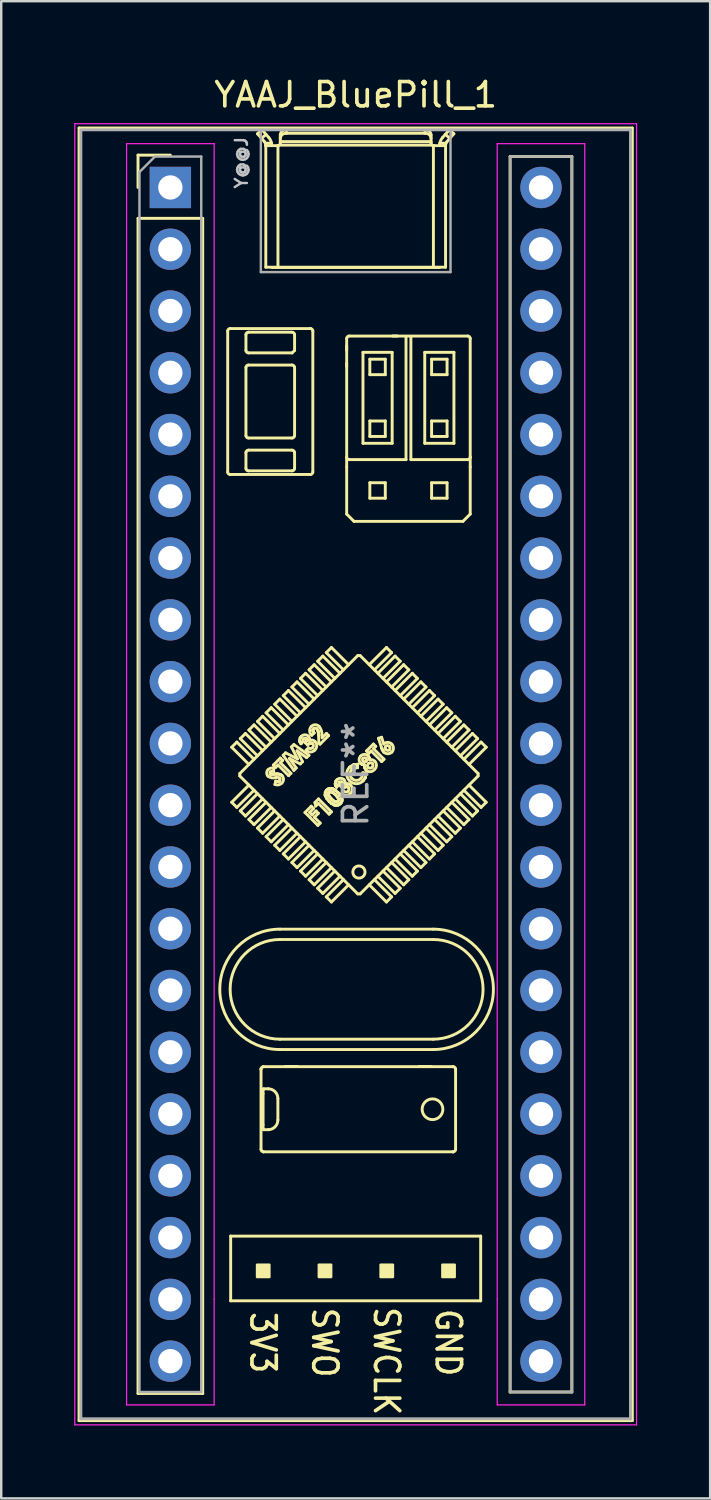
<source format=kicad_pcb>
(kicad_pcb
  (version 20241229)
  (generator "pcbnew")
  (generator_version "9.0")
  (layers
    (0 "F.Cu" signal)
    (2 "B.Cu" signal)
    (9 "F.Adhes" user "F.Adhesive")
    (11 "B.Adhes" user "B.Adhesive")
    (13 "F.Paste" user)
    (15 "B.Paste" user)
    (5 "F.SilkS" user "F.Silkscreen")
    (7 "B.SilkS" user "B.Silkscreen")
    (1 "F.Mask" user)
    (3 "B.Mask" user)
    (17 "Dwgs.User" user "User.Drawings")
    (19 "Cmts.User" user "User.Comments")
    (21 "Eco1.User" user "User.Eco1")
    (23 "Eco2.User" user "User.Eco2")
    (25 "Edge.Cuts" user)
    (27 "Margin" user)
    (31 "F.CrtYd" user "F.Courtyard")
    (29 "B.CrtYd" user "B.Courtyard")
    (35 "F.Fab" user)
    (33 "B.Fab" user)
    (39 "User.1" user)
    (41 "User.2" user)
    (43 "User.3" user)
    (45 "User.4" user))
  (footprint "YAAJ_BluePill_1"
    (layer "F.Cu")
    (at 3.955 4.658)
    (property "Reference" "YAAJ_BluePill_1" (at 7.62 -3.81 0) (layer "F.SilkS") (effects (font (size 1 1) (thickness 0.15))))
    (attr through_hole)
    (fp_line (start -3.755 -2.445) (end 18.995 -2.445) (stroke (width 0.12) (type solid)) (layer "F.SilkS"))
    (fp_line (start -3.755 50.705) (end -3.755 -2.445) (stroke (width 0.12) (type solid)) (layer "F.SilkS"))
    (fp_line (start -1.33 -1.33) (end 0 -1.33) (stroke (width 0.12) (type solid)) (layer "F.SilkS"))
    (fp_line (start -1.33 0) (end -1.33 -1.33) (stroke (width 0.12) (type solid)) (layer "F.SilkS"))
    (fp_line (start -1.33 1.27) (end 1.33 1.27) (stroke (width 0.12) (type solid)) (layer "F.SilkS"))
    (fp_line (start -1.33 49.59) (end -1.33 1.27) (stroke (width 0.12) (type solid)) (layer "F.SilkS"))
    (fp_line (start 1.33 1.27) (end 1.33 49.59) (stroke (width 0.12) (type solid)) (layer "F.SilkS"))
    (fp_line (start 1.33 49.59) (end -1.33 49.59) (stroke (width 0.12) (type solid)) (layer "F.SilkS"))
    (fp_line (start 2.358 5.902) (end 2.358 11.702) (stroke (width 0.12) (type solid)) (layer "F.SilkS"))
    (fp_line (start 2.458 11.802) (end 5.758 11.802) (stroke (width 0.12) (type solid)) (layer "F.SilkS"))
    (fp_line (start 2.48 43.12) (end 2.48 45.78) (stroke (width 0.12) (type solid)) (layer "F.SilkS"))
    (fp_line (start 2.48 45.78) (end 12.76 45.78) (stroke (width 0.12) (type solid)) (layer "F.SilkS"))
    (fp_line (start 2.522 23.017) (end 3.229 23.724) (stroke (width 0.12) (type solid)) (layer "F.SilkS"))
    (fp_line (start 2.522 25.28) (end 3.229 24.573) (stroke (width 0.12) (type solid)) (layer "F.SilkS"))
    (fp_line (start 2.734 22.805) (end 2.522 23.017) (stroke (width 0.12) (type solid)) (layer "F.SilkS"))
    (fp_line (start 2.734 22.805) (end 3.441 23.512) (stroke (width 0.12) (type solid)) (layer "F.SilkS"))
    (fp_line (start 2.734 25.492) (end 2.522 25.28) (stroke (width 0.12) (type solid)) (layer "F.SilkS"))
    (fp_line (start 2.734 25.492) (end 3.441 24.785) (stroke (width 0.12) (type solid)) (layer "F.SilkS"))
    (fp_line (start 2.855 24.199) (end 2.855 24.099) (stroke (width 0.12) (type solid)) (layer "F.SilkS"))
    (fp_line (start 2.855 24.199) (end 7.704 29.048) (stroke (width 0.12) (type solid)) (layer "F.SilkS"))
    (fp_line (start 2.875 22.664) (end 3.583 23.371) (stroke (width 0.12) (type solid)) (layer "F.SilkS"))
    (fp_line (start 2.875 25.634) (end 3.583 24.926) (stroke (width 0.12) (type solid)) (layer "F.SilkS"))
    (fp_line (start 3.088 22.452) (end 2.875 22.664) (stroke (width 0.12) (type solid)) (layer "F.SilkS"))
    (fp_line (start 3.088 22.452) (end 3.795 23.159) (stroke (width 0.12) (type solid)) (layer "F.SilkS"))
    (fp_line (start 3.088 25.846) (end 2.875 25.634) (stroke (width 0.12) (type solid)) (layer "F.SilkS"))
    (fp_line (start 3.088 25.846) (end 3.795 25.139) (stroke (width 0.12) (type solid)) (layer "F.SilkS"))
    (fp_line (start 3.108 6.702) (end 3.108 6.052) (stroke (width 0.12) (type solid)) (layer "F.SilkS"))
    (fp_line (start 3.108 10.202) (end 3.108 7.402) (stroke (width 0.12) (type solid)) (layer "F.SilkS"))
    (fp_line (start 3.108 11.552) (end 3.108 10.902) (stroke (width 0.12) (type solid)) (layer "F.SilkS"))
    (fp_line (start 3.208 5.952) (end 5.008 5.952) (stroke (width 0.12) (type solid)) (layer "F.SilkS"))
    (fp_line (start 3.208 7.302) (end 5.008 7.302) (stroke (width 0.12) (type solid)) (layer "F.SilkS"))
    (fp_line (start 3.208 10.802) (end 5.008 10.802) (stroke (width 0.12) (type solid)) (layer "F.SilkS"))
    (fp_line (start 3.229 22.31) (end 3.936 23.017) (stroke (width 0.12) (type solid)) (layer "F.SilkS"))
    (fp_line (start 3.229 25.987) (end 3.936 25.28) (stroke (width 0.12) (type solid)) (layer "F.SilkS"))
    (fp_line (start 3.441 22.098) (end 3.229 22.31) (stroke (width 0.12) (type solid)) (layer "F.SilkS"))
    (fp_line (start 3.441 22.098) (end 4.148 22.805) (stroke (width 0.12) (type solid)) (layer "F.SilkS"))
    (fp_line (start 3.441 26.199) (end 3.229 25.987) (stroke (width 0.12) (type solid)) (layer "F.SilkS"))
    (fp_line (start 3.441 26.199) (end 4.148 25.492) (stroke (width 0.12) (type solid)) (layer "F.SilkS"))
    (fp_line (start 3.583 -2.207) (end 3.861 -1.891) (stroke (width 0.12) (type solid)) (layer "F.SilkS"))
    (fp_line (start 3.583 21.957) (end 4.29 22.664) (stroke (width 0.12) (type solid)) (layer "F.SilkS"))
    (fp_line (start 3.583 26.341) (end 4.29 25.634) (stroke (width 0.12) (type solid)) (layer "F.SilkS"))
    (fp_line (start 3.728 36.253) (end 3.728 39.553) (stroke (width 0.12) (type solid)) (layer "F.SilkS"))
    (fp_line (start 3.728 36.252) (end 3.728 36.253) (stroke (width 0.12) (type solid)) (layer "F.SilkS"))
    (fp_line (start 3.748 -2.02) (end 3.933 -2.182) (stroke (width 0.12) (type solid)) (layer "F.SilkS"))
    (fp_line (start 3.767 -2.37) (end 3.583 -2.207) (stroke (width 0.12) (type solid)) (layer "F.SilkS"))
    (fp_line (start 3.795 21.744) (end 3.583 21.957) (stroke (width 0.12) (type solid)) (layer "F.SilkS"))
    (fp_line (start 3.795 21.744) (end 4.502 22.452) (stroke (width 0.12) (type solid)) (layer "F.SilkS"))
    (fp_line (start 3.795 26.553) (end 3.583 26.341) (stroke (width 0.12) (type solid)) (layer "F.SilkS"))
    (fp_line (start 3.795 26.553) (end 4.502 25.846) (stroke (width 0.12) (type solid)) (layer "F.SilkS"))
    (fp_line (start 3.812 38.544) (end 3.812 37.262) (stroke (width 0.12) (type solid)) (layer "F.SilkS"))
    (fp_line (start 3.827 39.653) (end 3.828 39.653) (stroke (width 0.12) (type solid)) (layer "F.SilkS"))
    (fp_line (start 3.828 36.153) (end 3.827 36.153) (stroke (width 0.12) (type solid)) (layer "F.SilkS"))
    (fp_line (start 3.828 36.153) (end 11.628 36.153) (stroke (width 0.12) (type solid)) (layer "F.SilkS"))
    (fp_line (start 3.828 39.653) (end 11.628 39.653) (stroke (width 0.12) (type solid)) (layer "F.SilkS"))
    (fp_line (start 3.834 38.744) (end 4.021 38.744) (stroke (width 0.12) (type solid)) (layer "F.SilkS"))
    (fp_line (start 3.924 -1.728) (end 3.929 -1.72) (stroke (width 0.12) (type solid)) (layer "F.SilkS"))
    (fp_line (start 3.924 -1.726) (end 3.924 -1.728) (stroke (width 0.12) (type solid)) (layer "F.SilkS"))
    (fp_line (start 3.924 -1.726) (end 3.924 3.28) (stroke (width 0.12) (type solid)) (layer "F.SilkS"))
    (fp_line (start 3.929 -1.72) (end 3.93 -1.72) (stroke (width 0.12) (type solid)) (layer "F.SilkS"))
    (fp_line (start 3.93 -1.72) (end 4.42 -1.72) (stroke (width 0.12) (type solid)) (layer "F.SilkS"))
    (fp_line (start 3.936 21.603) (end 4.643 22.31) (stroke (width 0.12) (type solid)) (layer "F.SilkS"))
    (fp_line (start 3.936 26.694) (end 4.643 25.987) (stroke (width 0.12) (type solid)) (layer "F.SilkS"))
    (fp_line (start 4.021 37.062) (end 3.834 37.062) (stroke (width 0.12) (type solid)) (layer "F.SilkS"))
    (fp_line (start 4.045 -2.055) (end 3.767 -2.37) (stroke (width 0.12) (type solid)) (layer "F.SilkS"))
    (fp_line (start 4.108 24.11) (end 4.126 24.122) (stroke (width 0.12) (type solid)) (layer "F.SilkS"))
    (fp_line (start 4.108 24.11) (end 4.126 24.122) (stroke (width 0.12) (type solid)) (layer "F.SilkS"))
    (fp_line (start 4.126 24.122) (end 4.142 24.127) (stroke (width 0.12) (type solid)) (layer "F.SilkS"))
    (fp_line (start 4.126 24.122) (end 4.142 24.127) (stroke (width 0.12) (type solid)) (layer "F.SilkS"))
    (fp_line (start 4.142 24.127) (end 4.221 24.127) (stroke (width 0.12) (type solid)) (layer "F.SilkS"))
    (fp_line (start 4.142 24.127) (end 4.221 24.127) (stroke (width 0.12) (type solid)) (layer "F.SilkS"))
    (fp_line (start 4.148 21.391) (end 3.936 21.603) (stroke (width 0.12) (type solid)) (layer "F.SilkS"))
    (fp_line (start 4.148 21.391) (end 4.855 22.098) (stroke (width 0.12) (type solid)) (layer "F.SilkS"))
    (fp_line (start 4.148 26.906) (end 3.936 26.694) (stroke (width 0.12) (type solid)) (layer "F.SilkS"))
    (fp_line (start 4.148 26.906) (end 4.855 26.199) (stroke (width 0.12) (type solid)) (layer "F.SilkS"))
    (fp_line (start 4.161 -1.82) (end 3.905 -1.82) (stroke (width 0.12) (type solid)) (layer "F.SilkS"))
    (fp_line (start 4.17 -1.72) (end 4.17 -1.724) (stroke (width 0.12) (type solid)) (layer "F.SilkS"))
    (fp_line (start 4.221 24.127) (end 4.283 24.123) (stroke (width 0.12) (type solid)) (layer "F.SilkS"))
    (fp_line (start 4.221 24.127) (end 4.283 24.123) (stroke (width 0.12) (type solid)) (layer "F.SilkS"))
    (fp_line (start 4.236 23.749) (end 4.522 23.463) (stroke (width 0.12) (type solid)) (layer "F.SilkS"))
    (fp_line (start 4.253 23.874) (end 4.247 24.011) (stroke (width 0.12) (type solid)) (layer "F.SilkS"))
    (fp_line (start 4.283 24.123) (end 4.355 24.118) (stroke (width 0.12) (type solid)) (layer "F.SilkS"))
    (fp_line (start 4.283 24.123) (end 4.355 24.118) (stroke (width 0.12) (type solid)) (layer "F.SilkS"))
    (fp_line (start 4.29 21.249) (end 4.997 21.957) (stroke (width 0.12) (type solid)) (layer "F.SilkS"))
    (fp_line (start 4.29 27.048) (end 4.997 26.341) (stroke (width 0.12) (type solid)) (layer "F.SilkS"))
    (fp_line (start 4.3 24.547) (end 4.334 24.413) (stroke (width 0.12) (type solid)) (layer "F.SilkS"))
    (fp_line (start 4.331 23.844) (end 4.236 23.749) (stroke (width 0.12) (type solid)) (layer "F.SilkS"))
    (fp_line (start 4.334 24.413) (end 4.424 24.424) (stroke (width 0.12) (type solid)) (layer "F.SilkS"))
    (fp_line (start 4.334 24.413) (end 4.424 24.424) (stroke (width 0.12) (type solid)) (layer "F.SilkS"))
    (fp_line (start 4.355 24.118) (end 4.412 24.116) (stroke (width 0.12) (type solid)) (layer "F.SilkS"))
    (fp_line (start 4.355 24.118) (end 4.412 24.116) (stroke (width 0.12) (type solid)) (layer "F.SilkS"))
    (fp_line (start 4.412 24.116) (end 4.518 24.135) (stroke (width 0.12) (type solid)) (layer "F.SilkS"))
    (fp_line (start 4.412 24.116) (end 4.518 24.135) (stroke (width 0.12) (type solid)) (layer "F.SilkS"))
    (fp_line (start 4.42 -1.72) (end 4.424 -1.72) (stroke (width 0.12) (type solid)) (layer "F.SilkS"))
    (fp_line (start 4.421 37.462) (end 4.421 38.344) (stroke (width 0.12) (type solid)) (layer "F.SilkS"))
    (fp_line (start 4.424 -1.72) (end 4.424 3.29) (stroke (width 0.12) (type solid)) (layer "F.SilkS"))
    (fp_line (start 4.424 24.424) (end 4.459 24.415) (stroke (width 0.12) (type solid)) (layer "F.SilkS"))
    (fp_line (start 4.424 24.424) (end 4.459 24.415) (stroke (width 0.12) (type solid)) (layer "F.SilkS"))
    (fp_line (start 4.427 23.749) (end 4.331 23.844) (stroke (width 0.12) (type solid)) (layer "F.SilkS"))
    (fp_line (start 4.459 24.415) (end 4.489 24.394) (stroke (width 0.12) (type solid)) (layer "F.SilkS"))
    (fp_line (start 4.459 24.415) (end 4.489 24.394) (stroke (width 0.12) (type solid)) (layer "F.SilkS"))
    (fp_line (start 4.502 21.037) (end 4.29 21.249) (stroke (width 0.12) (type solid)) (layer "F.SilkS"))
    (fp_line (start 4.502 21.037) (end 5.209 21.744) (stroke (width 0.12) (type solid)) (layer "F.SilkS"))
    (fp_line (start 4.502 27.26) (end 4.29 27.048) (stroke (width 0.12) (type solid)) (layer "F.SilkS"))
    (fp_line (start 4.502 27.26) (end 5.209 26.553) (stroke (width 0.12) (type solid)) (layer "F.SilkS"))
    (fp_line (start 4.508 30.923) (end 10.808 30.923) (stroke (width 0.12) (type solid)) (layer "F.SilkS"))
    (fp_line (start 4.508 35.448) (end 10.808 35.448) (stroke (width 0.12) (type solid)) (layer "F.SilkS"))
    (fp_line (start 4.518 24.135) (end 4.588 24.183) (stroke (width 0.12) (type solid)) (layer "F.SilkS"))
    (fp_line (start 4.518 24.135) (end 4.588 24.183) (stroke (width 0.12) (type solid)) (layer "F.SilkS"))
    (fp_line (start 4.52 -2.165) (end 4.52 -1.82) (stroke (width 0.12) (type solid)) (layer "F.SilkS"))
    (fp_line (start 4.52 -1.885) (end 10.72 -1.885) (stroke (width 0.12) (type solid)) (layer "F.SilkS"))
    (fp_line (start 4.522 23.463) (end 4.617 23.559) (stroke (width 0.12) (type solid)) (layer "F.SilkS"))
    (fp_line (start 4.522 23.654) (end 4.957 24.089) (stroke (width 0.12) (type solid)) (layer "F.SilkS"))
    (fp_line (start 4.617 23.559) (end 4.522 23.654) (stroke (width 0.12) (type solid)) (layer "F.SilkS"))
    (fp_line (start 4.639 23.347) (end 4.737 23.248) (stroke (width 0.12) (type solid)) (layer "F.SilkS"))
    (fp_line (start 4.643 20.896) (end 5.35 21.603) (stroke (width 0.12) (type solid)) (layer "F.SilkS"))
    (fp_line (start 4.643 27.401) (end 5.35 26.694) (stroke (width 0.12) (type solid)) (layer "F.SilkS"))
    (fp_line (start 4.737 23.248) (end 5.228 23.497) (stroke (width 0.12) (type solid)) (layer "F.SilkS"))
    (fp_line (start 4.77 -2.227) (end 4.77 -2.37) (stroke (width 0.12) (type solid)) (layer "F.SilkS"))
    (fp_line (start 4.855 20.684) (end 4.643 20.896) (stroke (width 0.12) (type solid)) (layer "F.SilkS"))
    (fp_line (start 4.855 20.684) (end 5.562 21.391) (stroke (width 0.12) (type solid)) (layer "F.SilkS"))
    (fp_line (start 4.855 27.613) (end 4.643 27.401) (stroke (width 0.12) (type solid)) (layer "F.SilkS"))
    (fp_line (start 4.855 27.613) (end 5.562 26.906) (stroke (width 0.12) (type solid)) (layer "F.SilkS"))
    (fp_line (start 4.862 24.184) (end 4.427 23.749) (stroke (width 0.12) (type solid)) (layer "F.SilkS"))
    (fp_line (start 4.897 23.479) (end 5.176 23.87) (stroke (width 0.12) (type solid)) (layer "F.SilkS"))
    (fp_line (start 4.957 24.089) (end 4.862 24.184) (stroke (width 0.12) (type solid)) (layer "F.SilkS"))
    (fp_line (start 4.98 23.005) (end 5.078 22.907) (stroke (width 0.12) (type solid)) (layer "F.SilkS"))
    (fp_line (start 4.997 20.542) (end 5.704 21.249) (stroke (width 0.12) (type solid)) (layer "F.SilkS"))
    (fp_line (start 4.997 27.755) (end 5.704 27.048) (stroke (width 0.12) (type solid)) (layer "F.SilkS"))
    (fp_line (start 5.008 6.802) (end 3.208 6.802) (stroke (width 0.12) (type solid)) (layer "F.SilkS"))
    (fp_line (start 5.008 10.302) (end 3.208 10.302) (stroke (width 0.12) (type solid)) (layer "F.SilkS"))
    (fp_line (start 5.008 11.652) (end 3.208 11.652) (stroke (width 0.12) (type solid)) (layer "F.SilkS"))
    (fp_line (start 5.078 22.907) (end 5.698 23.348) (stroke (width 0.12) (type solid)) (layer "F.SilkS"))
    (fp_line (start 5.079 23.967) (end 4.639 23.347) (stroke (width 0.12) (type solid)) (layer "F.SilkS"))
    (fp_line (start 5.108 6.052) (end 5.108 6.702) (stroke (width 0.12) (type solid)) (layer "F.SilkS"))
    (fp_line (start 5.108 6.702) (end 5.008 6.802) (stroke (width 0.12) (type solid)) (layer "F.SilkS"))
    (fp_line (start 5.108 7.402) (end 5.108 10.202) (stroke (width 0.12) (type solid)) (layer "F.SilkS"))
    (fp_line (start 5.108 10.902) (end 5.108 11.552) (stroke (width 0.12) (type solid)) (layer "F.SilkS"))
    (fp_line (start 5.176 23.87) (end 5.079 23.967) (stroke (width 0.12) (type solid)) (layer "F.SilkS"))
    (fp_line (start 5.209 20.33) (end 4.997 20.542) (stroke (width 0.12) (type solid)) (layer "F.SilkS"))
    (fp_line (start 5.209 20.33) (end 5.916 21.037) (stroke (width 0.12) (type solid)) (layer "F.SilkS"))
    (fp_line (start 5.209 27.967) (end 4.997 27.755) (stroke (width 0.12) (type solid)) (layer "F.SilkS"))
    (fp_line (start 5.209 27.967) (end 5.916 27.26) (stroke (width 0.12) (type solid)) (layer "F.SilkS"))
    (fp_line (start 5.21 23.166) (end 5.435 23.611) (stroke (width 0.12) (type solid)) (layer "F.SilkS"))
    (fp_line (start 5.228 36.143) (end 4.728 36.143) (stroke (width 0.12) (type solid)) (layer "F.SilkS"))
    (fp_line (start 5.228 23.497) (end 4.98 23.005) (stroke (width 0.12) (type solid)) (layer "F.SilkS"))
    (fp_line (start 5.319 22.738) (end 5.339 22.637) (stroke (width 0.12) (type solid)) (layer "F.SilkS"))
    (fp_line (start 5.319 22.738) (end 5.339 22.637) (stroke (width 0.12) (type solid)) (layer "F.SilkS"))
    (fp_line (start 5.331 22.801) (end 5.319 22.738) (stroke (width 0.12) (type solid)) (layer "F.SilkS"))
    (fp_line (start 5.331 22.801) (end 5.319 22.738) (stroke (width 0.12) (type solid)) (layer "F.SilkS"))
    (fp_line (start 5.339 22.637) (end 5.387 22.571) (stroke (width 0.12) (type solid)) (layer "F.SilkS"))
    (fp_line (start 5.339 22.637) (end 5.387 22.571) (stroke (width 0.12) (type solid)) (layer "F.SilkS"))
    (fp_line (start 5.342 23.704) (end 4.897 23.479) (stroke (width 0.12) (type solid)) (layer "F.SilkS"))
    (fp_line (start 5.35 20.189) (end 6.057 20.896) (stroke (width 0.12) (type solid)) (layer "F.SilkS"))
    (fp_line (start 5.35 28.108) (end 6.057 27.401) (stroke (width 0.12) (type solid)) (layer "F.SilkS"))
    (fp_line (start 5.372 22.872) (end 5.331 22.801) (stroke (width 0.12) (type solid)) (layer "F.SilkS"))
    (fp_line (start 5.372 22.872) (end 5.331 22.801) (stroke (width 0.12) (type solid)) (layer "F.SilkS"))
    (fp_line (start 5.435 23.611) (end 5.342 23.704) (stroke (width 0.12) (type solid)) (layer "F.SilkS"))
    (fp_line (start 5.467 22.777) (end 5.372 22.872) (stroke (width 0.12) (type solid)) (layer "F.SilkS"))
    (fp_line (start 5.535 25.7) (end 5.793 25.442) (stroke (width 0.12) (type solid)) (layer "F.SilkS"))
    (fp_line (start 5.549 22.831) (end 5.6 22.752) (stroke (width 0.12) (type solid)) (layer "F.SilkS"))
    (fp_line (start 5.549 22.831) (end 5.6 22.752) (stroke (width 0.12) (type solid)) (layer "F.SilkS"))
    (fp_line (start 5.562 19.977) (end 5.35 20.189) (stroke (width 0.12) (type solid)) (layer "F.SilkS"))
    (fp_line (start 5.562 19.977) (end 6.27 20.684) (stroke (width 0.12) (type solid)) (layer "F.SilkS"))
    (fp_line (start 5.562 28.321) (end 5.35 28.108) (stroke (width 0.12) (type solid)) (layer "F.SilkS"))
    (fp_line (start 5.562 28.321) (end 6.27 27.613) (stroke (width 0.12) (type solid)) (layer "F.SilkS"))
    (fp_line (start 5.583 23.137) (end 5.678 23.042) (stroke (width 0.12) (type solid)) (layer "F.SilkS"))
    (fp_line (start 5.598 22.683) (end 5.585 22.664) (stroke (width 0.12) (type solid)) (layer "F.SilkS"))
    (fp_line (start 5.598 22.683) (end 5.585 22.664) (stroke (width 0.12) (type solid)) (layer "F.SilkS"))
    (fp_line (start 5.6 22.752) (end 5.605 22.706) (stroke (width 0.12) (type solid)) (layer "F.SilkS"))
    (fp_line (start 5.6 22.752) (end 5.605 22.706) (stroke (width 0.12) (type solid)) (layer "F.SilkS"))
    (fp_line (start 5.602 23.444) (end 5.21 23.166) (stroke (width 0.12) (type solid)) (layer "F.SilkS"))
    (fp_line (start 5.605 22.706) (end 5.598 22.683) (stroke (width 0.12) (type solid)) (layer "F.SilkS"))
    (fp_line (start 5.605 22.706) (end 5.598 22.683) (stroke (width 0.12) (type solid)) (layer "F.SilkS"))
    (fp_line (start 5.637 22.92) (end 5.549 22.831) (stroke (width 0.12) (type solid)) (layer "F.SilkS"))
    (fp_line (start 5.698 23.348) (end 5.602 23.444) (stroke (width 0.12) (type solid)) (layer "F.SilkS"))
    (fp_line (start 5.704 19.835) (end 6.411 20.542) (stroke (width 0.12) (type solid)) (layer "F.SilkS"))
    (fp_line (start 5.704 28.462) (end 6.411 27.755) (stroke (width 0.12) (type solid)) (layer "F.SilkS"))
    (fp_line (start 5.725 25.7) (end 5.827 25.802) (stroke (width 0.12) (type solid)) (layer "F.SilkS"))
    (fp_line (start 5.738 22.854) (end 5.637 22.92) (stroke (width 0.12) (type solid)) (layer "F.SilkS"))
    (fp_line (start 5.738 22.854) (end 5.637 22.92) (stroke (width 0.12) (type solid)) (layer "F.SilkS"))
    (fp_line (start 5.758 5.802) (end 2.458 5.802) (stroke (width 0.12) (type solid)) (layer "F.SilkS"))
    (fp_line (start 5.762 5.802) (end 5.758 5.802) (stroke (width 0.12) (type solid)) (layer "F.SilkS"))
    (fp_line (start 5.793 25.442) (end 5.888 25.537) (stroke (width 0.12) (type solid)) (layer "F.SilkS"))
    (fp_line (start 5.798 22.849) (end 5.738 22.854) (stroke (width 0.12) (type solid)) (layer "F.SilkS"))
    (fp_line (start 5.798 22.849) (end 5.738 22.854) (stroke (width 0.12) (type solid)) (layer "F.SilkS"))
    (fp_line (start 5.827 25.802) (end 5.99 25.639) (stroke (width 0.12) (type solid)) (layer "F.SilkS"))
    (fp_line (start 5.827 22.858) (end 5.798 22.849) (stroke (width 0.12) (type solid)) (layer "F.SilkS"))
    (fp_line (start 5.827 22.858) (end 5.798 22.849) (stroke (width 0.12) (type solid)) (layer "F.SilkS"))
    (fp_line (start 5.852 22.876) (end 5.827 22.858) (stroke (width 0.12) (type solid)) (layer "F.SilkS"))
    (fp_line (start 5.852 22.876) (end 5.827 22.858) (stroke (width 0.12) (type solid)) (layer "F.SilkS"))
    (fp_line (start 5.858 11.702) (end 5.858 5.902) (stroke (width 0.12) (type solid)) (layer "F.SilkS"))
    (fp_line (start 5.862 22.307) (end 5.866 22.36) (stroke (width 0.12) (type solid)) (layer "F.SilkS"))
    (fp_line (start 5.862 22.307) (end 5.866 22.36) (stroke (width 0.12) (type solid)) (layer "F.SilkS"))
    (fp_line (start 5.866 22.36) (end 5.909 22.43) (stroke (width 0.12) (type solid)) (layer "F.SilkS"))
    (fp_line (start 5.866 22.36) (end 5.909 22.43) (stroke (width 0.12) (type solid)) (layer "F.SilkS"))
    (fp_line (start 5.887 22.261) (end 5.862 22.307) (stroke (width 0.12) (type solid)) (layer "F.SilkS"))
    (fp_line (start 5.887 22.261) (end 5.862 22.307) (stroke (width 0.12) (type solid)) (layer "F.SilkS"))
    (fp_line (start 5.888 25.537) (end 5.725 25.7) (stroke (width 0.12) (type solid)) (layer "F.SilkS"))
    (fp_line (start 5.909 22.43) (end 5.814 22.525) (stroke (width 0.12) (type solid)) (layer "F.SilkS"))
    (fp_line (start 5.916 19.623) (end 5.704 19.835) (stroke (width 0.12) (type solid)) (layer "F.SilkS"))
    (fp_line (start 5.916 19.623) (end 6.623 20.33) (stroke (width 0.12) (type solid)) (layer "F.SilkS"))
    (fp_line (start 5.916 28.674) (end 5.704 28.462) (stroke (width 0.12) (type solid)) (layer "F.SilkS"))
    (fp_line (start 5.916 28.674) (end 6.623 27.967) (stroke (width 0.12) (type solid)) (layer "F.SilkS"))
    (fp_line (start 5.922 25.898) (end 6.16 26.136) (stroke (width 0.12) (type solid)) (layer "F.SilkS"))
    (fp_line (start 5.945 25.29) (end 6.092 25.143) (stroke (width 0.12) (type solid)) (layer "F.SilkS"))
    (fp_line (start 5.977 25.435) (end 5.945 25.29) (stroke (width 0.12) (type solid)) (layer "F.SilkS"))
    (fp_line (start 5.99 25.639) (end 6.086 25.734) (stroke (width 0.12) (type solid)) (layer "F.SilkS"))
    (fp_line (start 6.057 19.482) (end 6.765 20.189) (stroke (width 0.12) (type solid)) (layer "F.SilkS"))
    (fp_line (start 6.057 28.815) (end 6.765 28.108) (stroke (width 0.12) (type solid)) (layer "F.SilkS"))
    (fp_line (start 6.065 26.231) (end 5.535 25.7) (stroke (width 0.12) (type solid)) (layer "F.SilkS"))
    (fp_line (start 6.08 22.368) (end 6.027 22.263) (stroke (width 0.12) (type solid)) (layer "F.SilkS"))
    (fp_line (start 6.08 22.368) (end 6.027 22.263) (stroke (width 0.12) (type solid)) (layer "F.SilkS"))
    (fp_line (start 6.086 25.326) (end 5.977 25.435) (stroke (width 0.12) (type solid)) (layer "F.SilkS"))
    (fp_line (start 6.086 25.734) (end 5.922 25.898) (stroke (width 0.12) (type solid)) (layer "F.SilkS"))
    (fp_line (start 6.092 25.143) (end 6.623 25.673) (stroke (width 0.12) (type solid)) (layer "F.SilkS"))
    (fp_line (start 6.095 22.52) (end 6.08 22.368) (stroke (width 0.12) (type solid)) (layer "F.SilkS"))
    (fp_line (start 6.095 22.52) (end 6.08 22.368) (stroke (width 0.12) (type solid)) (layer "F.SilkS"))
    (fp_line (start 6.105 22.844) (end 6.095 22.52) (stroke (width 0.12) (type solid)) (layer "F.SilkS"))
    (fp_line (start 6.154 22.892) (end 6.105 22.844) (stroke (width 0.12) (type solid)) (layer "F.SilkS"))
    (fp_line (start 6.16 26.136) (end 6.065 26.231) (stroke (width 0.12) (type solid)) (layer "F.SilkS"))
    (fp_line (start 6.232 22.51) (end 6.24 22.629) (stroke (width 0.12) (type solid)) (layer "F.SilkS"))
    (fp_line (start 6.24 22.629) (end 6.419 22.45) (stroke (width 0.12) (type solid)) (layer "F.SilkS"))
    (fp_line (start 6.27 19.27) (end 6.057 19.482) (stroke (width 0.12) (type solid)) (layer "F.SilkS"))
    (fp_line (start 6.27 19.27) (end 6.977 19.977) (stroke (width 0.12) (type solid)) (layer "F.SilkS"))
    (fp_line (start 6.27 29.028) (end 6.057 28.815) (stroke (width 0.12) (type solid)) (layer "F.SilkS"))
    (fp_line (start 6.27 29.028) (end 6.977 28.321) (stroke (width 0.12) (type solid)) (layer "F.SilkS"))
    (fp_line (start 6.365 24.988) (end 6.373 24.863) (stroke (width 0.12) (type solid)) (layer "F.SilkS"))
    (fp_line (start 6.365 24.988) (end 6.373 24.863) (stroke (width 0.12) (type solid)) (layer "F.SilkS"))
    (fp_line (start 6.373 24.863) (end 6.427 24.781) (stroke (width 0.12) (type solid)) (layer "F.SilkS"))
    (fp_line (start 6.373 24.863) (end 6.427 24.781) (stroke (width 0.12) (type solid)) (layer "F.SilkS"))
    (fp_line (start 6.411 19.128) (end 7.118 19.835) (stroke (width 0.12) (type solid)) (layer "F.SilkS"))
    (fp_line (start 6.411 29.169) (end 7.118 28.462) (stroke (width 0.12) (type solid)) (layer "F.SilkS"))
    (fp_line (start 6.419 22.45) (end 6.507 22.539) (stroke (width 0.12) (type solid)) (layer "F.SilkS"))
    (fp_line (start 6.421 25.111) (end 6.365 24.988) (stroke (width 0.12) (type solid)) (layer "F.SilkS"))
    (fp_line (start 6.421 25.111) (end 6.365 24.988) (stroke (width 0.12) (type solid)) (layer "F.SilkS"))
    (fp_line (start 6.427 24.781) (end 6.48 24.74) (stroke (width 0.12) (type solid)) (layer "F.SilkS"))
    (fp_line (start 6.427 24.781) (end 6.48 24.74) (stroke (width 0.12) (type solid)) (layer "F.SilkS"))
    (fp_line (start 6.48 24.74) (end 6.541 24.715) (stroke (width 0.12) (type solid)) (layer "F.SilkS"))
    (fp_line (start 6.48 24.74) (end 6.541 24.715) (stroke (width 0.12) (type solid)) (layer "F.SilkS"))
    (fp_line (start 6.496 24.948) (end 6.524 25.024) (stroke (width 0.12) (type solid)) (layer "F.SilkS"))
    (fp_line (start 6.496 24.948) (end 6.524 25.024) (stroke (width 0.12) (type solid)) (layer "F.SilkS"))
    (fp_line (start 6.503 24.908) (end 6.496 24.948) (stroke (width 0.12) (type solid)) (layer "F.SilkS"))
    (fp_line (start 6.503 24.908) (end 6.496 24.948) (stroke (width 0.12) (type solid)) (layer "F.SilkS"))
    (fp_line (start 6.507 22.539) (end 6.154 22.892) (stroke (width 0.12) (type solid)) (layer "F.SilkS"))
    (fp_line (start 6.524 25.024) (end 6.629 25.149) (stroke (width 0.12) (type solid)) (layer "F.SilkS"))
    (fp_line (start 6.524 25.024) (end 6.629 25.149) (stroke (width 0.12) (type solid)) (layer "F.SilkS"))
    (fp_line (start 6.525 24.874) (end 6.503 24.908) (stroke (width 0.12) (type solid)) (layer "F.SilkS"))
    (fp_line (start 6.525 24.874) (end 6.503 24.908) (stroke (width 0.12) (type solid)) (layer "F.SilkS"))
    (fp_line (start 6.528 25.768) (end 6.086 25.326) (stroke (width 0.12) (type solid)) (layer "F.SilkS"))
    (fp_line (start 6.533 25.243) (end 6.421 25.111) (stroke (width 0.12) (type solid)) (layer "F.SilkS"))
    (fp_line (start 6.533 25.243) (end 6.421 25.111) (stroke (width 0.12) (type solid)) (layer "F.SilkS"))
    (fp_line (start 6.541 24.715) (end 6.608 24.71) (stroke (width 0.12) (type solid)) (layer "F.SilkS"))
    (fp_line (start 6.541 24.715) (end 6.608 24.71) (stroke (width 0.12) (type solid)) (layer "F.SilkS"))
    (fp_line (start 6.558 24.852) (end 6.525 24.874) (stroke (width 0.12) (type solid)) (layer "F.SilkS"))
    (fp_line (start 6.558 24.852) (end 6.525 24.874) (stroke (width 0.12) (type solid)) (layer "F.SilkS"))
    (fp_line (start 6.597 24.848) (end 6.558 24.852) (stroke (width 0.12) (type solid)) (layer "F.SilkS"))
    (fp_line (start 6.597 24.848) (end 6.558 24.852) (stroke (width 0.12) (type solid)) (layer "F.SilkS"))
    (fp_line (start 6.608 24.71) (end 6.673 24.725) (stroke (width 0.12) (type solid)) (layer "F.SilkS"))
    (fp_line (start 6.608 24.71) (end 6.673 24.725) (stroke (width 0.12) (type solid)) (layer "F.SilkS"))
    (fp_line (start 6.623 25.673) (end 6.528 25.768) (stroke (width 0.12) (type solid)) (layer "F.SilkS"))
    (fp_line (start 6.623 18.916) (end 6.411 19.128) (stroke (width 0.12) (type solid)) (layer "F.SilkS"))
    (fp_line (start 6.623 18.916) (end 7.33 19.623) (stroke (width 0.12) (type solid)) (layer "F.SilkS"))
    (fp_line (start 6.623 29.381) (end 6.411 29.169) (stroke (width 0.12) (type solid)) (layer "F.SilkS"))
    (fp_line (start 6.623 29.381) (end 7.33 28.674) (stroke (width 0.12) (type solid)) (layer "F.SilkS"))
    (fp_line (start 6.629 25.149) (end 6.749 25.246) (stroke (width 0.12) (type solid)) (layer "F.SilkS"))
    (fp_line (start 6.629 25.149) (end 6.749 25.246) (stroke (width 0.12) (type solid)) (layer "F.SilkS"))
    (fp_line (start 6.631 25.331) (end 6.533 25.243) (stroke (width 0.12) (type solid)) (layer "F.SilkS"))
    (fp_line (start 6.631 25.331) (end 6.533 25.243) (stroke (width 0.12) (type solid)) (layer "F.SilkS"))
    (fp_line (start 6.671 24.873) (end 6.597 24.848) (stroke (width 0.12) (type solid)) (layer "F.SilkS"))
    (fp_line (start 6.671 24.873) (end 6.597 24.848) (stroke (width 0.12) (type solid)) (layer "F.SilkS"))
    (fp_line (start 6.673 24.725) (end 6.788 24.789) (stroke (width 0.12) (type solid)) (layer "F.SilkS"))
    (fp_line (start 6.673 24.725) (end 6.788 24.789) (stroke (width 0.12) (type solid)) (layer "F.SilkS"))
    (fp_line (start 6.746 25.394) (end 6.631 25.331) (stroke (width 0.12) (type solid)) (layer "F.SilkS"))
    (fp_line (start 6.746 25.394) (end 6.631 25.331) (stroke (width 0.12) (type solid)) (layer "F.SilkS"))
    (fp_line (start 6.749 25.246) (end 6.822 25.268) (stroke (width 0.12) (type solid)) (layer "F.SilkS"))
    (fp_line (start 6.749 25.246) (end 6.822 25.268) (stroke (width 0.12) (type solid)) (layer "F.SilkS"))
    (fp_line (start 6.781 24.526) (end 6.801 24.425) (stroke (width 0.12) (type solid)) (layer "F.SilkS"))
    (fp_line (start 6.781 24.526) (end 6.801 24.425) (stroke (width 0.12) (type solid)) (layer "F.SilkS"))
    (fp_line (start 6.788 24.789) (end 6.888 24.878) (stroke (width 0.12) (type solid)) (layer "F.SilkS"))
    (fp_line (start 6.788 24.789) (end 6.888 24.878) (stroke (width 0.12) (type solid)) (layer "F.SilkS"))
    (fp_line (start 6.793 24.973) (end 6.671 24.873) (stroke (width 0.12) (type solid)) (layer "F.SilkS"))
    (fp_line (start 6.793 24.973) (end 6.671 24.873) (stroke (width 0.12) (type solid)) (layer "F.SilkS"))
    (fp_line (start 6.793 24.589) (end 6.781 24.526) (stroke (width 0.12) (type solid)) (layer "F.SilkS"))
    (fp_line (start 6.793 24.589) (end 6.781 24.526) (stroke (width 0.12) (type solid)) (layer "F.SilkS"))
    (fp_line (start 6.801 24.425) (end 6.849 24.359) (stroke (width 0.12) (type solid)) (layer "F.SilkS"))
    (fp_line (start 6.801 24.425) (end 6.849 24.359) (stroke (width 0.12) (type solid)) (layer "F.SilkS"))
    (fp_line (start 6.811 25.407) (end 6.746 25.394) (stroke (width 0.12) (type solid)) (layer "F.SilkS"))
    (fp_line (start 6.811 25.407) (end 6.746 25.394) (stroke (width 0.12) (type solid)) (layer "F.SilkS"))
    (fp_line (start 6.822 25.268) (end 6.86 25.262) (stroke (width 0.12) (type solid)) (layer "F.SilkS"))
    (fp_line (start 6.822 25.268) (end 6.86 25.262) (stroke (width 0.12) (type solid)) (layer "F.SilkS"))
    (fp_line (start 6.834 24.66) (end 6.793 24.589) (stroke (width 0.12) (type solid)) (layer "F.SilkS"))
    (fp_line (start 6.834 24.66) (end 6.793 24.589) (stroke (width 0.12) (type solid)) (layer "F.SilkS"))
    (fp_line (start 6.856 25.043) (end 6.793 24.973) (stroke (width 0.12) (type solid)) (layer "F.SilkS"))
    (fp_line (start 6.856 25.043) (end 6.793 24.973) (stroke (width 0.12) (type solid)) (layer "F.SilkS"))
    (fp_line (start 6.86 25.262) (end 6.892 25.241) (stroke (width 0.12) (type solid)) (layer "F.SilkS"))
    (fp_line (start 6.86 25.262) (end 6.892 25.241) (stroke (width 0.12) (type solid)) (layer "F.SilkS"))
    (fp_line (start 6.876 25.402) (end 6.811 25.407) (stroke (width 0.12) (type solid)) (layer "F.SilkS"))
    (fp_line (start 6.876 25.402) (end 6.811 25.407) (stroke (width 0.12) (type solid)) (layer "F.SilkS"))
    (fp_line (start 6.888 24.878) (end 6.976 24.977) (stroke (width 0.12) (type solid)) (layer "F.SilkS"))
    (fp_line (start 6.888 24.878) (end 6.976 24.977) (stroke (width 0.12) (type solid)) (layer "F.SilkS"))
    (fp_line (start 6.914 25.146) (end 6.856 25.043) (stroke (width 0.12) (type solid)) (layer "F.SilkS"))
    (fp_line (start 6.914 25.146) (end 6.856 25.043) (stroke (width 0.12) (type solid)) (layer "F.SilkS"))
    (fp_line (start 6.929 24.565) (end 6.834 24.66) (stroke (width 0.12) (type solid)) (layer "F.SilkS"))
    (fp_line (start 6.936 25.377) (end 6.876 25.402) (stroke (width 0.12) (type solid)) (layer "F.SilkS"))
    (fp_line (start 6.936 25.377) (end 6.876 25.402) (stroke (width 0.12) (type solid)) (layer "F.SilkS"))
    (fp_line (start 6.976 24.977) (end 7.041 25.092) (stroke (width 0.12) (type solid)) (layer "F.SilkS"))
    (fp_line (start 6.976 24.977) (end 7.041 25.092) (stroke (width 0.12) (type solid)) (layer "F.SilkS"))
    (fp_line (start 6.988 25.335) (end 6.936 25.377) (stroke (width 0.12) (type solid)) (layer "F.SilkS"))
    (fp_line (start 6.988 25.335) (end 6.936 25.377) (stroke (width 0.12) (type solid)) (layer "F.SilkS"))
    (fp_line (start 7.01 24.619) (end 7.062 24.54) (stroke (width 0.12) (type solid)) (layer "F.SilkS"))
    (fp_line (start 7.01 24.619) (end 7.062 24.54) (stroke (width 0.12) (type solid)) (layer "F.SilkS"))
    (fp_line (start 7.029 25.284) (end 6.988 25.335) (stroke (width 0.12) (type solid)) (layer "F.SilkS"))
    (fp_line (start 7.029 25.284) (end 6.988 25.335) (stroke (width 0.12) (type solid)) (layer "F.SilkS"))
    (fp_line (start 7.041 25.092) (end 7.057 25.157) (stroke (width 0.12) (type solid)) (layer "F.SilkS"))
    (fp_line (start 7.041 25.092) (end 7.057 25.157) (stroke (width 0.12) (type solid)) (layer "F.SilkS"))
    (fp_line (start 7.044 24.925) (end 7.14 24.83) (stroke (width 0.12) (type solid)) (layer "F.SilkS"))
    (fp_line (start 7.054 25.223) (end 7.029 25.284) (stroke (width 0.12) (type solid)) (layer "F.SilkS"))
    (fp_line (start 7.054 25.223) (end 7.029 25.284) (stroke (width 0.12) (type solid)) (layer "F.SilkS"))
    (fp_line (start 7.057 25.157) (end 7.054 25.223) (stroke (width 0.12) (type solid)) (layer "F.SilkS"))
    (fp_line (start 7.057 25.157) (end 7.054 25.223) (stroke (width 0.12) (type solid)) (layer "F.SilkS"))
    (fp_line (start 7.06 24.471) (end 7.047 24.452) (stroke (width 0.12) (type solid)) (layer "F.SilkS"))
    (fp_line (start 7.06 24.471) (end 7.047 24.452) (stroke (width 0.12) (type solid)) (layer "F.SilkS"))
    (fp_line (start 7.062 24.54) (end 7.067 24.494) (stroke (width 0.12) (type solid)) (layer "F.SilkS"))
    (fp_line (start 7.062 24.54) (end 7.067 24.494) (stroke (width 0.12) (type solid)) (layer "F.SilkS"))
    (fp_line (start 7.067 24.494) (end 7.06 24.471) (stroke (width 0.12) (type solid)) (layer "F.SilkS"))
    (fp_line (start 7.067 24.494) (end 7.06 24.471) (stroke (width 0.12) (type solid)) (layer "F.SilkS"))
    (fp_line (start 7.099 24.708) (end 7.01 24.619) (stroke (width 0.12) (type solid)) (layer "F.SilkS"))
    (fp_line (start 7.2 24.642) (end 7.099 24.708) (stroke (width 0.12) (type solid)) (layer "F.SilkS"))
    (fp_line (start 7.2 24.642) (end 7.099 24.708) (stroke (width 0.12) (type solid)) (layer "F.SilkS"))
    (fp_line (start 7.249 6.502) (end 7.249 6.691) (stroke (width 0.12) (type solid)) (layer "F.SilkS"))
    (fp_line (start 7.249 7.231) (end 7.249 7.265) (stroke (width 0.12) (type solid)) (layer "F.SilkS"))
    (fp_line (start 7.249 7.315) (end 7.249 7.359) (stroke (width 0.12) (type solid)) (layer "F.SilkS"))
    (fp_line (start 7.25 11.09) (end 7.25 6.21) (stroke (width 0.12) (type solid)) (layer "F.SilkS"))
    (fp_line (start 7.25 11.09) (end 7.25 11.49) (stroke (width 0.12) (type solid)) (layer "F.SilkS"))
    (fp_line (start 7.25 11.49) (end 7.25 13.43) (stroke (width 0.12) (type solid)) (layer "F.SilkS"))
    (fp_line (start 7.25 13.43) (end 7.55 13.73) (stroke (width 0.12) (type solid)) (layer "F.SilkS"))
    (fp_line (start 7.26 24.637) (end 7.2 24.642) (stroke (width 0.12) (type solid)) (layer "F.SilkS"))
    (fp_line (start 7.26 24.637) (end 7.2 24.642) (stroke (width 0.12) (type solid)) (layer "F.SilkS"))
    (fp_line (start 7.289 24.646) (end 7.26 24.637) (stroke (width 0.12) (type solid)) (layer "F.SilkS"))
    (fp_line (start 7.289 24.646) (end 7.26 24.637) (stroke (width 0.12) (type solid)) (layer "F.SilkS"))
    (fp_line (start 7.314 24.664) (end 7.289 24.646) (stroke (width 0.12) (type solid)) (layer "F.SilkS"))
    (fp_line (start 7.314 24.664) (end 7.289 24.646) (stroke (width 0.12) (type solid)) (layer "F.SilkS"))
    (fp_line (start 7.35 6.11) (end 12.23 6.11) (stroke (width 0.12) (type solid)) (layer "F.SilkS"))
    (fp_line (start 7.369 23.839) (end 7.542 23.736) (stroke (width 0.12) (type solid)) (layer "F.SilkS"))
    (fp_line (start 7.369 23.839) (end 7.542 23.736) (stroke (width 0.12) (type solid)) (layer "F.SilkS"))
    (fp_line (start 7.542 23.736) (end 7.701 23.719) (stroke (width 0.12) (type solid)) (layer "F.SilkS"))
    (fp_line (start 7.542 23.736) (end 7.701 23.719) (stroke (width 0.12) (type solid)) (layer "F.SilkS"))
    (fp_line (start 7.55 13.73) (end 12.03 13.73) (stroke (width 0.12) (type solid)) (layer "F.SilkS"))
    (fp_line (start 7.555 23.876) (end 7.46 23.938) (stroke (width 0.12) (type solid)) (layer "F.SilkS"))
    (fp_line (start 7.555 23.876) (end 7.46 23.938) (stroke (width 0.12) (type solid)) (layer "F.SilkS"))
    (fp_line (start 7.698 23.855) (end 7.555 23.876) (stroke (width 0.12) (type solid)) (layer "F.SilkS"))
    (fp_line (start 7.698 23.855) (end 7.555 23.876) (stroke (width 0.12) (type solid)) (layer "F.SilkS"))
    (fp_line (start 7.701 23.719) (end 7.698 23.855) (stroke (width 0.12) (type solid)) (layer "F.SilkS"))
    (fp_line (start 7.704 19.249) (end 2.855 24.099) (stroke (width 0.12) (type solid)) (layer "F.SilkS"))
    (fp_line (start 7.704 29.048) (end 7.804 29.048) (stroke (width 0.12) (type solid)) (layer "F.SilkS"))
    (fp_line (start 7.804 19.249) (end 7.704 19.249) (stroke (width 0.12) (type solid)) (layer "F.SilkS"))
    (fp_line (start 7.886 23.723) (end 7.825 23.68) (stroke (width 0.12) (type solid)) (layer "F.SilkS"))
    (fp_line (start 7.886 23.723) (end 7.825 23.68) (stroke (width 0.12) (type solid)) (layer "F.SilkS"))
    (fp_line (start 7.91 24.068) (end 8.049 24.071) (stroke (width 0.12) (type solid)) (layer "F.SilkS"))
    (fp_line (start 7.92 6.78) (end 9.12 6.78) (stroke (width 0.12) (type solid)) (layer "F.SilkS"))
    (fp_line (start 7.92 10.52) (end 7.92 6.78) (stroke (width 0.12) (type solid)) (layer "F.SilkS"))
    (fp_line (start 7.979 23.746) (end 7.886 23.723) (stroke (width 0.12) (type solid)) (layer "F.SilkS"))
    (fp_line (start 7.979 23.746) (end 7.886 23.723) (stroke (width 0.12) (type solid)) (layer "F.SilkS"))
    (fp_line (start 7.983 23.845) (end 7.979 23.746) (stroke (width 0.12) (type solid)) (layer "F.SilkS"))
    (fp_line (start 7.983 23.845) (end 7.979 23.746) (stroke (width 0.12) (type solid)) (layer "F.SilkS"))
    (fp_line (start 8.016 24.269) (end 7.925 24.398) (stroke (width 0.12) (type solid)) (layer "F.SilkS"))
    (fp_line (start 8.016 24.269) (end 7.925 24.398) (stroke (width 0.12) (type solid)) (layer "F.SilkS"))
    (fp_line (start 8.045 23.954) (end 7.983 23.845) (stroke (width 0.12) (type solid)) (layer "F.SilkS"))
    (fp_line (start 8.045 23.954) (end 7.983 23.845) (stroke (width 0.12) (type solid)) (layer "F.SilkS"))
    (fp_line (start 8.049 24.071) (end 8.016 24.269) (stroke (width 0.12) (type solid)) (layer "F.SilkS"))
    (fp_line (start 8.049 24.071) (end 8.016 24.269) (stroke (width 0.12) (type solid)) (layer "F.SilkS"))
    (fp_line (start 8.064 23.171) (end 8.35 22.886) (stroke (width 0.12) (type solid)) (layer "F.SilkS"))
    (fp_line (start 8.133 23.376) (end 8.182 23.456) (stroke (width 0.12) (type solid)) (layer "F.SilkS"))
    (fp_line (start 8.133 23.376) (end 8.182 23.456) (stroke (width 0.12) (type solid)) (layer "F.SilkS"))
    (fp_line (start 8.159 23.266) (end 8.064 23.171) (stroke (width 0.12) (type solid)) (layer "F.SilkS"))
    (fp_line (start 8.182 23.456) (end 8.196 23.529) (stroke (width 0.12) (type solid)) (layer "F.SilkS"))
    (fp_line (start 8.182 23.456) (end 8.196 23.529) (stroke (width 0.12) (type solid)) (layer "F.SilkS"))
    (fp_line (start 8.202 7.062) (end 8.838 7.062) (stroke (width 0.12) (type solid)) (layer "F.SilkS"))
    (fp_line (start 8.202 7.698) (end 8.202 7.062) (stroke (width 0.12) (type solid)) (layer "F.SilkS"))
    (fp_line (start 8.202 9.602) (end 8.838 9.602) (stroke (width 0.12) (type solid)) (layer "F.SilkS"))
    (fp_line (start 8.202 10.238) (end 8.202 9.602) (stroke (width 0.12) (type solid)) (layer "F.SilkS"))
    (fp_line (start 8.202 12.142) (end 8.838 12.142) (stroke (width 0.12) (type solid)) (layer "F.SilkS"))
    (fp_line (start 8.202 12.778) (end 8.202 12.142) (stroke (width 0.12) (type solid)) (layer "F.SilkS"))
    (fp_line (start 8.255 23.171) (end 8.159 23.266) (stroke (width 0.12) (type solid)) (layer "F.SilkS"))
    (fp_line (start 8.35 22.886) (end 8.445 22.981) (stroke (width 0.12) (type solid)) (layer "F.SilkS"))
    (fp_line (start 8.35 23.076) (end 8.785 23.511) (stroke (width 0.12) (type solid)) (layer "F.SilkS"))
    (fp_line (start 8.445 22.981) (end 8.35 23.076) (stroke (width 0.12) (type solid)) (layer "F.SilkS"))
    (fp_line (start 8.558 22.65) (end 8.685 22.608) (stroke (width 0.12) (type solid)) (layer "F.SilkS"))
    (fp_line (start 8.685 22.608) (end 8.775 22.882) (stroke (width 0.12) (type solid)) (layer "F.SilkS"))
    (fp_line (start 8.688 23.049) (end 8.558 22.65) (stroke (width 0.12) (type solid)) (layer "F.SilkS"))
    (fp_line (start 8.69 23.606) (end 8.255 23.171) (stroke (width 0.12) (type solid)) (layer "F.SilkS"))
    (fp_line (start 8.718 23.127) (end 8.688 23.049) (stroke (width 0.12) (type solid)) (layer "F.SilkS"))
    (fp_line (start 8.718 23.127) (end 8.688 23.049) (stroke (width 0.12) (type solid)) (layer "F.SilkS"))
    (fp_line (start 8.775 23.216) (end 8.718 23.127) (stroke (width 0.12) (type solid)) (layer "F.SilkS"))
    (fp_line (start 8.775 23.216) (end 8.718 23.127) (stroke (width 0.12) (type solid)) (layer "F.SilkS"))
    (fp_line (start 8.785 23.511) (end 8.69 23.606) (stroke (width 0.12) (type solid)) (layer "F.SilkS"))
    (fp_line (start 8.838 7.062) (end 8.838 7.698) (stroke (width 0.12) (type solid)) (layer "F.SilkS"))
    (fp_line (start 8.838 7.698) (end 8.202 7.698) (stroke (width 0.12) (type solid)) (layer "F.SilkS"))
    (fp_line (start 8.838 9.602) (end 8.838 10.238) (stroke (width 0.12) (type solid)) (layer "F.SilkS"))
    (fp_line (start 8.838 10.238) (end 8.202 10.238) (stroke (width 0.12) (type solid)) (layer "F.SilkS"))
    (fp_line (start 8.838 12.142) (end 8.838 12.778) (stroke (width 0.12) (type solid)) (layer "F.SilkS"))
    (fp_line (start 8.838 12.778) (end 8.202 12.778) (stroke (width 0.12) (type solid)) (layer "F.SilkS"))
    (fp_line (start 8.886 18.916) (end 8.179 19.623) (stroke (width 0.12) (type solid)) (layer "F.SilkS"))
    (fp_line (start 8.886 29.381) (end 8.179 28.674) (stroke (width 0.12) (type solid)) (layer "F.SilkS"))
    (fp_line (start 9.098 19.128) (end 8.391 19.835) (stroke (width 0.12) (type solid)) (layer "F.SilkS"))
    (fp_line (start 9.098 19.128) (end 8.886 18.916) (stroke (width 0.12) (type solid)) (layer "F.SilkS"))
    (fp_line (start 9.098 29.169) (end 8.391 28.462) (stroke (width 0.12) (type solid)) (layer "F.SilkS"))
    (fp_line (start 9.098 29.169) (end 8.886 29.381) (stroke (width 0.12) (type solid)) (layer "F.SilkS"))
    (fp_line (start 9.12 6.78) (end 9.12 10.52) (stroke (width 0.12) (type solid)) (layer "F.SilkS"))
    (fp_line (start 9.12 10.52) (end 7.92 10.52) (stroke (width 0.12) (type solid)) (layer "F.SilkS"))
    (fp_line (start 9.239 19.27) (end 8.532 19.977) (stroke (width 0.12) (type solid)) (layer "F.SilkS"))
    (fp_line (start 9.239 29.028) (end 8.532 28.321) (stroke (width 0.12) (type solid)) (layer "F.SilkS"))
    (fp_line (start 9.331 6.109) (end 9.142 6.109) (stroke (width 0.12) (type solid)) (layer "F.SilkS"))
    (fp_line (start 9.452 19.482) (end 8.744 20.189) (stroke (width 0.12) (type solid)) (layer "F.SilkS"))
    (fp_line (start 9.452 19.482) (end 9.239 19.27) (stroke (width 0.12) (type solid)) (layer "F.SilkS"))
    (fp_line (start 9.452 28.815) (end 8.744 28.108) (stroke (width 0.12) (type solid)) (layer "F.SilkS"))
    (fp_line (start 9.452 28.815) (end 9.239 29.028) (stroke (width 0.12) (type solid)) (layer "F.SilkS"))
    (fp_line (start 9.593 19.623) (end 8.886 20.33) (stroke (width 0.12) (type solid)) (layer "F.SilkS"))
    (fp_line (start 9.593 28.674) (end 8.886 27.967) (stroke (width 0.12) (type solid)) (layer "F.SilkS"))
    (fp_line (start 9.69 11.19) (end 7.35 11.19) (stroke (width 0.12) (type solid)) (layer "F.SilkS"))
    (fp_line (start 9.69 11.19) (end 9.69 6.121) (stroke (width 0.12) (type solid)) (layer "F.SilkS"))
    (fp_line (start 9.805 19.835) (end 9.098 20.542) (stroke (width 0.12) (type solid)) (layer "F.SilkS"))
    (fp_line (start 9.805 19.835) (end 9.593 19.623) (stroke (width 0.12) (type solid)) (layer "F.SilkS"))
    (fp_line (start 9.805 28.462) (end 9.098 27.755) (stroke (width 0.12) (type solid)) (layer "F.SilkS"))
    (fp_line (start 9.805 28.462) (end 9.593 28.674) (stroke (width 0.12) (type solid)) (layer "F.SilkS"))
    (fp_line (start 9.89 6.121) (end 9.89 11.19) (stroke (width 0.12) (type solid)) (layer "F.SilkS"))
    (fp_line (start 9.947 19.977) (end 9.239 20.684) (stroke (width 0.12) (type solid)) (layer "F.SilkS"))
    (fp_line (start 9.947 28.321) (end 9.239 27.613) (stroke (width 0.12) (type solid)) (layer "F.SilkS"))
    (fp_line (start 10.159 20.189) (end 9.452 20.896) (stroke (width 0.12) (type solid)) (layer "F.SilkS"))
    (fp_line (start 10.159 20.189) (end 9.947 19.977) (stroke (width 0.12) (type solid)) (layer "F.SilkS"))
    (fp_line (start 10.159 28.108) (end 9.452 27.401) (stroke (width 0.12) (type solid)) (layer "F.SilkS"))
    (fp_line (start 10.159 28.108) (end 9.947 28.321) (stroke (width 0.12) (type solid)) (layer "F.SilkS"))
    (fp_line (start 10.228 36.143) (end 10.728 36.143) (stroke (width 0.12) (type solid)) (layer "F.SilkS"))
    (fp_line (start 10.3 20.33) (end 9.593 21.037) (stroke (width 0.12) (type solid)) (layer "F.SilkS"))
    (fp_line (start 10.3 27.967) (end 9.593 27.26) (stroke (width 0.12) (type solid)) (layer "F.SilkS"))
    (fp_line (start 10.46 6.78) (end 11.66 6.78) (stroke (width 0.12) (type solid)) (layer "F.SilkS"))
    (fp_line (start 10.46 10.52) (end 10.46 6.78) (stroke (width 0.12) (type solid)) (layer "F.SilkS"))
    (fp_line (start 10.47 -2.37) (end 4.77 -2.37) (stroke (width 0.12) (type solid)) (layer "F.SilkS"))
    (fp_line (start 10.47 -2.227) (end 4.77 -2.227) (stroke (width 0.12) (type solid)) (layer "F.SilkS"))
    (fp_line (start 10.47 -2.227) (end 10.47 -2.37) (stroke (width 0.12) (type solid)) (layer "F.SilkS"))
    (fp_line (start 10.512 20.542) (end 9.805 21.249) (stroke (width 0.12) (type solid)) (layer "F.SilkS"))
    (fp_line (start 10.512 20.542) (end 10.3 20.33) (stroke (width 0.12) (type solid)) (layer "F.SilkS"))
    (fp_line (start 10.512 27.755) (end 9.805 27.048) (stroke (width 0.12) (type solid)) (layer "F.SilkS"))
    (fp_line (start 10.512 27.755) (end 10.3 27.967) (stroke (width 0.12) (type solid)) (layer "F.SilkS"))
    (fp_line (start 10.654 20.684) (end 9.947 21.391) (stroke (width 0.12) (type solid)) (layer "F.SilkS"))
    (fp_line (start 10.654 27.613) (end 9.947 26.906) (stroke (width 0.12) (type solid)) (layer "F.SilkS"))
    (fp_line (start 10.72 -2.165) (end 10.72 -1.82) (stroke (width 0.12) (type solid)) (layer "F.SilkS"))
    (fp_line (start 10.742 7.062) (end 11.378 7.062) (stroke (width 0.12) (type solid)) (layer "F.SilkS"))
    (fp_line (start 10.742 7.698) (end 10.742 7.062) (stroke (width 0.12) (type solid)) (layer "F.SilkS"))
    (fp_line (start 10.742 9.602) (end 11.378 9.602) (stroke (width 0.12) (type solid)) (layer "F.SilkS"))
    (fp_line (start 10.742 10.238) (end 10.742 9.602) (stroke (width 0.12) (type solid)) (layer "F.SilkS"))
    (fp_line (start 10.742 12.142) (end 11.378 12.142) (stroke (width 0.12) (type solid)) (layer "F.SilkS"))
    (fp_line (start 10.742 12.778) (end 10.742 12.142) (stroke (width 0.12) (type solid)) (layer "F.SilkS"))
    (fp_line (start 10.758 -1.741) (end 4.482 -1.741) (stroke (width 0.12) (type solid)) (layer "F.SilkS"))
    (fp_line (start 10.808 30.498) (end 4.508 30.498) (stroke (width 0.12) (type solid)) (layer "F.SilkS"))
    (fp_line (start 10.808 35.023) (end 4.508 35.023) (stroke (width 0.12) (type solid)) (layer "F.SilkS"))
    (fp_line (start 10.816 -1.72) (end 10.816 3.29) (stroke (width 0.12) (type solid)) (layer "F.SilkS"))
    (fp_line (start 10.82 -1.72) (end 10.816 -1.72) (stroke (width 0.12) (type solid)) (layer "F.SilkS"))
    (fp_line (start 10.866 20.896) (end 10.159 21.603) (stroke (width 0.12) (type solid)) (layer "F.SilkS"))
    (fp_line (start 10.866 20.896) (end 10.654 20.684) (stroke (width 0.12) (type solid)) (layer "F.SilkS"))
    (fp_line (start 10.866 27.401) (end 10.159 26.694) (stroke (width 0.12) (type solid)) (layer "F.SilkS"))
    (fp_line (start 10.866 27.401) (end 10.654 27.613) (stroke (width 0.12) (type solid)) (layer "F.SilkS"))
    (fp_line (start 11.007 21.037) (end 10.3 21.744) (stroke (width 0.12) (type solid)) (layer "F.SilkS"))
    (fp_line (start 11.007 27.26) (end 10.3 26.553) (stroke (width 0.12) (type solid)) (layer "F.SilkS"))
    (fp_line (start 11.07 -1.72) (end 11.07 -1.724) (stroke (width 0.12) (type solid)) (layer "F.SilkS"))
    (fp_line (start 11.07 3.29) (end 4.17 3.29) (stroke (width 0.12) (type solid)) (layer "F.SilkS"))
    (fp_line (start 11.079 -1.82) (end 11.335 -1.82) (stroke (width 0.12) (type solid)) (layer "F.SilkS"))
    (fp_line (start 11.195 -2.055) (end 11.473 -2.37) (stroke (width 0.12) (type solid)) (layer "F.SilkS"))
    (fp_line (start 11.219 21.249) (end 10.512 21.957) (stroke (width 0.12) (type solid)) (layer "F.SilkS"))
    (fp_line (start 11.219 21.249) (end 11.007 21.037) (stroke (width 0.12) (type solid)) (layer "F.SilkS"))
    (fp_line (start 11.219 27.048) (end 10.512 26.341) (stroke (width 0.12) (type solid)) (layer "F.SilkS"))
    (fp_line (start 11.219 27.048) (end 11.007 27.26) (stroke (width 0.12) (type solid)) (layer "F.SilkS"))
    (fp_line (start 11.31 -1.72) (end 10.82 -1.72) (stroke (width 0.12) (type solid)) (layer "F.SilkS"))
    (fp_line (start 11.311 -1.72) (end 11.31 -1.72) (stroke (width 0.12) (type solid)) (layer "F.SilkS"))
    (fp_line (start 11.316 -1.726) (end 11.316 3.28) (stroke (width 0.12) (type solid)) (layer "F.SilkS"))
    (fp_line (start 11.316 -1.726) (end 11.316 -1.728) (stroke (width 0.12) (type solid)) (layer "F.SilkS"))
    (fp_line (start 11.316 3.28) (end 3.924 3.28) (stroke (width 0.12) (type solid)) (layer "F.SilkS"))
    (fp_line (start 11.316 -1.728) (end 11.311 -1.72) (stroke (width 0.12) (type solid)) (layer "F.SilkS"))
    (fp_line (start 11.361 21.391) (end 10.654 22.098) (stroke (width 0.12) (type solid)) (layer "F.SilkS"))
    (fp_line (start 11.361 26.906) (end 10.654 26.199) (stroke (width 0.12) (type solid)) (layer "F.SilkS"))
    (fp_line (start 11.378 7.062) (end 11.378 7.698) (stroke (width 0.12) (type solid)) (layer "F.SilkS"))
    (fp_line (start 11.378 7.698) (end 10.742 7.698) (stroke (width 0.12) (type solid)) (layer "F.SilkS"))
    (fp_line (start 11.378 9.602) (end 11.378 10.238) (stroke (width 0.12) (type solid)) (layer "F.SilkS"))
    (fp_line (start 11.378 10.238) (end 10.742 10.238) (stroke (width 0.12) (type solid)) (layer "F.SilkS"))
    (fp_line (start 11.378 12.142) (end 11.378 12.778) (stroke (width 0.12) (type solid)) (layer "F.SilkS"))
    (fp_line (start 11.378 12.778) (end 10.742 12.778) (stroke (width 0.12) (type solid)) (layer "F.SilkS"))
    (fp_line (start 11.473 -2.37) (end 11.657 -2.207) (stroke (width 0.12) (type solid)) (layer "F.SilkS"))
    (fp_line (start 11.492 -2.02) (end 11.307 -2.182) (stroke (width 0.12) (type solid)) (layer "F.SilkS"))
    (fp_line (start 11.573 21.603) (end 10.866 22.31) (stroke (width 0.12) (type solid)) (layer "F.SilkS"))
    (fp_line (start 11.573 21.603) (end 11.361 21.391) (stroke (width 0.12) (type solid)) (layer "F.SilkS"))
    (fp_line (start 11.573 26.694) (end 10.866 25.987) (stroke (width 0.12) (type solid)) (layer "F.SilkS"))
    (fp_line (start 11.573 26.694) (end 11.361 26.906) (stroke (width 0.12) (type solid)) (layer "F.SilkS"))
    (fp_line (start 11.628 39.653) (end 11.628 39.653) (stroke (width 0.12) (type solid)) (layer "F.SilkS"))
    (fp_line (start 11.628 36.153) (end 11.628 36.153) (stroke (width 0.12) (type solid)) (layer "F.SilkS"))
    (fp_line (start 11.629 39.653) (end 11.628 39.653) (stroke (width 0.12) (type solid)) (layer "F.SilkS"))
    (fp_line (start 11.657 -2.207) (end 11.379 -1.891) (stroke (width 0.12) (type solid)) (layer "F.SilkS"))
    (fp_line (start 11.66 6.78) (end 11.66 10.52) (stroke (width 0.12) (type solid)) (layer "F.SilkS"))
    (fp_line (start 11.66 10.52) (end 10.46 10.52) (stroke (width 0.12) (type solid)) (layer "F.SilkS"))
    (fp_line (start 11.714 21.744) (end 11.007 22.452) (stroke (width 0.12) (type solid)) (layer "F.SilkS"))
    (fp_line (start 11.714 26.553) (end 11.007 25.846) (stroke (width 0.12) (type solid)) (layer "F.SilkS"))
    (fp_line (start 11.728 36.253) (end 11.728 36.252) (stroke (width 0.12) (type solid)) (layer "F.SilkS"))
    (fp_line (start 11.728 36.253) (end 11.728 39.553) (stroke (width 0.12) (type solid)) (layer "F.SilkS"))
    (fp_line (start 11.926 21.957) (end 11.219 22.664) (stroke (width 0.12) (type solid)) (layer "F.SilkS"))
    (fp_line (start 11.926 21.957) (end 11.714 21.744) (stroke (width 0.12) (type solid)) (layer "F.SilkS"))
    (fp_line (start 11.926 26.341) (end 11.219 25.634) (stroke (width 0.12) (type solid)) (layer "F.SilkS"))
    (fp_line (start 11.926 26.341) (end 11.714 26.553) (stroke (width 0.12) (type solid)) (layer "F.SilkS"))
    (fp_line (start 12.03 13.73) (end 12.33 13.43) (stroke (width 0.12) (type solid)) (layer "F.SilkS"))
    (fp_line (start 12.068 22.098) (end 11.361 22.805) (stroke (width 0.12) (type solid)) (layer "F.SilkS"))
    (fp_line (start 12.068 26.199) (end 11.361 25.492) (stroke (width 0.12) (type solid)) (layer "F.SilkS"))
    (fp_line (start 12.23 11.19) (end 9.89 11.19) (stroke (width 0.12) (type solid)) (layer "F.SilkS"))
    (fp_line (start 12.28 22.31) (end 11.573 23.017) (stroke (width 0.12) (type solid)) (layer "F.SilkS"))
    (fp_line (start 12.28 22.31) (end 12.068 22.098) (stroke (width 0.12) (type solid)) (layer "F.SilkS"))
    (fp_line (start 12.28 25.987) (end 11.573 25.28) (stroke (width 0.12) (type solid)) (layer "F.SilkS"))
    (fp_line (start 12.28 25.987) (end 12.068 26.199) (stroke (width 0.12) (type solid)) (layer "F.SilkS"))
    (fp_line (start 12.33 6.21) (end 12.33 11.09) (stroke (width 0.12) (type solid)) (layer "F.SilkS"))
    (fp_line (start 12.33 11.49) (end 12.33 11.09) (stroke (width 0.12) (type solid)) (layer "F.SilkS"))
    (fp_line (start 12.33 13.43) (end 12.33 11.49) (stroke (width 0.12) (type solid)) (layer "F.SilkS"))
    (fp_line (start 12.421 22.452) (end 11.714 23.159) (stroke (width 0.12) (type solid)) (layer "F.SilkS"))
    (fp_line (start 12.421 25.846) (end 11.714 25.139) (stroke (width 0.12) (type solid)) (layer "F.SilkS"))
    (fp_line (start 12.634 22.664) (end 11.926 23.371) (stroke (width 0.12) (type solid)) (layer "F.SilkS"))
    (fp_line (start 12.634 22.664) (end 12.421 22.452) (stroke (width 0.12) (type solid)) (layer "F.SilkS"))
    (fp_line (start 12.634 25.634) (end 11.926 24.926) (stroke (width 0.12) (type solid)) (layer "F.SilkS"))
    (fp_line (start 12.634 25.634) (end 12.421 25.846) (stroke (width 0.12) (type solid)) (layer "F.SilkS"))
    (fp_line (start 12.654 24.099) (end 7.804 19.249) (stroke (width 0.12) (type solid)) (layer "F.SilkS"))
    (fp_line (start 12.654 24.099) (end 12.654 24.199) (stroke (width 0.12) (type solid)) (layer "F.SilkS"))
    (fp_line (start 12.654 24.199) (end 7.804 29.048) (stroke (width 0.12) (type solid)) (layer "F.SilkS"))
    (fp_line (start 12.76 43.12) (end 2.48 43.12) (stroke (width 0.12) (type solid)) (layer "F.SilkS"))
    (fp_line (start 12.76 45.78) (end 12.76 43.12) (stroke (width 0.12) (type solid)) (layer "F.SilkS"))
    (fp_line (start 12.775 22.805) (end 12.068 23.512) (stroke (width 0.12) (type solid)) (layer "F.SilkS"))
    (fp_line (start 12.775 25.492) (end 12.068 24.785) (stroke (width 0.12) (type solid)) (layer "F.SilkS"))
    (fp_line (start 12.987 23.017) (end 12.28 23.724) (stroke (width 0.12) (type solid)) (layer "F.SilkS"))
    (fp_line (start 12.987 23.017) (end 12.775 22.805) (stroke (width 0.12) (type solid)) (layer "F.SilkS"))
    (fp_line (start 12.987 25.28) (end 12.28 24.573) (stroke (width 0.12) (type solid)) (layer "F.SilkS"))
    (fp_line (start 12.987 25.28) (end 12.775 25.492) (stroke (width 0.12) (type solid)) (layer "F.SilkS"))
    (fp_line (start 13.97 -1.27) (end 16.51 -1.27) (stroke (width 0.12) (type solid)) (layer "F.SilkS"))
    (fp_line (start 13.97 49.53) (end 13.97 -1.27) (stroke (width 0.12) (type solid)) (layer "F.SilkS"))
    (fp_line (start 16.51 -1.27) (end 16.51 49.53) (stroke (width 0.12) (type solid)) (layer "F.SilkS"))
    (fp_line (start 16.51 49.53) (end 13.97 49.53) (stroke (width 0.12) (type solid)) (layer "F.SilkS"))
    (fp_line (start 18.995 -2.445) (end 18.995 50.705) (stroke (width 0.12) (type solid)) (layer "F.SilkS"))
    (fp_line (start 18.995 50.705) (end -3.755 50.705) (stroke (width 0.12) (type solid)) (layer "F.SilkS"))
    (fp_arc (start 2.357533 5.902277) (mid 2.386822 5.831566) (end 2.457533 5.802277) (stroke (width 0.12) (type solid)) (layer "F.SilkS"))
    (fp_arc (start 2.457533 11.802277) (mid 2.386822 11.772988) (end 2.357533 11.702277) (stroke (width 0.12) (type solid)) (layer "F.SilkS"))
    (fp_arc (start 3.107533 6.052277) (mid 3.136822 5.981566) (end 3.207533 5.952277) (stroke (width 0.12) (type solid)) (layer "F.SilkS"))
    (fp_arc (start 3.107533 7.402277) (mid 3.136822 7.331566) (end 3.207533 7.302277) (stroke (width 0.12) (type solid)) (layer "F.SilkS"))
    (fp_arc (start 3.107533 10.902277) (mid 3.136822 10.831566) (end 3.207533 10.802277) (stroke (width 0.12) (type solid)) (layer "F.SilkS"))
    (fp_arc (start 3.207533 6.802277) (mid 3.136822 6.772988) (end 3.107533 6.702277) (stroke (width 0.12) (type solid)) (layer "F.SilkS"))
    (fp_arc (start 3.207533 10.302277) (mid 3.136822 10.272988) (end 3.107533 10.202277) (stroke (width 0.12) (type solid)) (layer "F.SilkS"))
    (fp_arc (start 3.207533 11.652277) (mid 3.136822 11.622988) (end 3.107533 11.552277) (stroke (width 0.12) (type solid)) (layer "F.SilkS"))
    (fp_arc (start 3.72772 36.252189) (mid 3.757008 36.182098) (end 3.8271 36.152811) (stroke (width 0.12) (type solid)) (layer "F.SilkS"))
    (fp_arc (start 3.8118 37.261767) (mid 3.81207 37.160544) (end 3.834188 37.061767) (stroke (width 0.12) (type solid)) (layer "F.SilkS"))
    (fp_arc (start 3.827099 39.652807) (mid 3.757007 39.62352) (end 3.72772 39.553428) (stroke (width 0.12) (type solid)) (layer "F.SilkS"))
    (fp_arc (start 3.834188 38.743851) (mid 3.811626 38.645124) (end 3.8118 38.543851) (stroke (width 0.12) (type solid)) (layer "F.SilkS"))
    (fp_arc (start 3.861166 -1.890847) (mid 3.906942 -1.815275) (end 3.923572 -1.7285) (stroke (width 0.12) (type solid)) (layer "F.SilkS"))
    (fp_arc (start 4.017252 24.209874) (mid 3.962135 24.072061) (end 4.021927 23.93621) (stroke (width 0.12) (type solid)) (layer "F.SilkS"))
    (fp_arc (start 4.020774 37.061767) (mid 4.303617 37.178924) (end 4.420774 37.461767) (stroke (width 0.12) (type solid)) (layer "F.SilkS"))
    (fp_arc (start 4.021927 23.936211) (mid 4.129813 23.87714) (end 4.252778 23.874275) (stroke (width 0.12) (type solid)) (layer "F.SilkS"))
    (fp_arc (start 4.045142 -2.054759) (mid 4.137736 -1.900883) (end 4.169988 -1.724215) (stroke (width 0.12) (type solid)) (layer "F.SilkS"))
    (fp_arc (start 4.107872 24.110119) (mid 4.095938 24.069602) (end 4.116052 24.03246) (stroke (width 0.12) (type solid)) (layer "F.SilkS"))
    (fp_arc (start 4.116052 24.032461) (mid 4.17852 24.0044) (end 4.246722 24.010576) (stroke (width 0.12) (type solid)) (layer "F.SilkS"))
    (fp_arc (start 4.337023 24.262355) (mid 4.170811 24.274665) (end 4.017253 24.209874) (stroke (width 0.12) (type solid)) (layer "F.SilkS"))
    (fp_arc (start 4.337023 24.262355) (mid 4.420042 24.256695) (end 4.49882 24.283496) (stroke (width 0.12) (type solid)) (layer "F.SilkS"))
    (fp_arc (start 4.420774 38.343851) (mid 4.303617 38.626694) (end 4.020774 38.743851) (stroke (width 0.12) (type solid)) (layer "F.SilkS"))
    (fp_arc (start 4.49882 24.283497) (mid 4.51644 24.341016) (end 4.488515 24.3943) (stroke (width 0.12) (type solid)) (layer "F.SilkS"))
    (fp_arc (start 4.50795 35.022588) (mid 2.45795 32.972588) (end 4.50795 30.922588) (stroke (width 0.12) (type solid)) (layer "F.SilkS"))
    (fp_arc (start 4.50795 35.447588) (mid 2.03295 32.972588) (end 4.50795 30.497588) (stroke (width 0.12) (type solid)) (layer "F.SilkS"))
    (fp_arc (start 4.519999 -2.165212) (mid 4.603178 -2.318661) (end 4.77 -2.37) (stroke (width 0.12) (type solid)) (layer "F.SilkS"))
    (fp_arc (start 4.52 -2.021818) (mid 4.603179 -2.175266) (end 4.77 -2.226605) (stroke (width 0.12) (type solid)) (layer "F.SilkS"))
    (fp_arc (start 4.52 -1.819999) (mid 4.491968 -1.750569) (end 4.423589 -1.720064) (stroke (width 0.12) (type solid)) (layer "F.SilkS"))
    (fp_arc (start 4.580198 24.492993) (mid 4.448648 24.563858) (end 4.300159 24.547174) (stroke (width 0.12) (type solid)) (layer "F.SilkS"))
    (fp_arc (start 4.588483 24.182785) (mid 4.651909 24.339694) (end 4.580197 24.492993) (stroke (width 0.12) (type solid)) (layer "F.SilkS"))
    (fp_arc (start 5.007533 5.952277) (mid 5.078244 5.981566) (end 5.107533 6.052277) (stroke (width 0.12) (type solid)) (layer "F.SilkS"))
    (fp_arc (start 5.007533 7.302277) (mid 5.078244 7.331566) (end 5.107533 7.402277) (stroke (width 0.12) (type solid)) (layer "F.SilkS"))
    (fp_arc (start 5.007533 10.802277) (mid 5.078244 10.831566) (end 5.107533 10.902277) (stroke (width 0.12) (type solid)) (layer "F.SilkS"))
    (fp_arc (start 5.107533 10.202277) (mid 5.078244 10.272988) (end 5.007533 10.302277) (stroke (width 0.12) (type solid)) (layer "F.SilkS"))
    (fp_arc (start 5.107533 11.552277) (mid 5.078244 11.622988) (end 5.007533 11.652277) (stroke (width 0.12) (type solid)) (layer "F.SilkS"))
    (fp_arc (start 5.386846 22.57129) (mid 5.528527 22.506431) (end 5.674003 22.56226) (stroke (width 0.12) (type solid)) (layer "F.SilkS"))
    (fp_arc (start 5.466949 22.776751) (mid 5.455984 22.719536) (end 5.481397 22.667115) (stroke (width 0.12) (type solid)) (layer "F.SilkS"))
    (fp_arc (start 5.481397 22.667116) (mid 5.532347 22.642773) (end 5.584871 22.663503) (stroke (width 0.12) (type solid)) (layer "F.SilkS"))
    (fp_arc (start 5.674003 22.562261) (mid 5.720712 22.647432) (end 5.71416 22.744349) (stroke (width 0.12) (type solid)) (layer "F.SilkS"))
    (fp_arc (start 5.714161 22.744349) (mid 5.837497 22.723047) (end 5.947986 22.78185) (stroke (width 0.12) (type solid)) (layer "F.SilkS"))
    (fp_arc (start 5.757533 5.802277) (mid 5.828244 5.831566) (end 5.857533 5.902277) (stroke (width 0.12) (type solid)) (layer "F.SilkS"))
    (fp_arc (start 5.797342 22.160794) (mid 5.956409 22.093933) (end 6.11552 22.160688) (stroke (width 0.12) (type solid)) (layer "F.SilkS"))
    (fp_arc (start 5.813703 22.525184) (mid 5.726668 22.346529) (end 5.797343 22.160794) (stroke (width 0.12) (type solid)) (layer "F.SilkS"))
    (fp_arc (start 5.845786 23.037029) (mid 5.76275 23.073739) (end 5.677721 23.041916) (stroke (width 0.12) (type solid)) (layer "F.SilkS"))
    (fp_arc (start 5.851842 22.876082) (mid 5.883258 22.957851) (end 5.845786 23.037029) (stroke (width 0.12) (type solid)) (layer "F.SilkS"))
    (fp_arc (start 5.857533 11.702277) (mid 5.828244 11.772988) (end 5.757533 11.802277) (stroke (width 0.12) (type solid)) (layer "F.SilkS"))
    (fp_arc (start 5.887113 22.2614) (mid 5.957324 22.231449) (end 6.027025 22.262569) (stroke (width 0.12) (type solid)) (layer "F.SilkS"))
    (fp_arc (start 5.935769 23.137421) (mid 5.759084 23.212559) (end 5.582534 23.137103) (stroke (width 0.12) (type solid)) (layer "F.SilkS"))
    (fp_arc (start 5.947986 22.781851) (mid 6.01763 22.962239) (end 5.935768 23.137422) (stroke (width 0.12) (type solid)) (layer "F.SilkS"))
    (fp_arc (start 6.11552 22.160688) (mid 6.20628 22.324572) (end 6.232273 22.510098) (stroke (width 0.12) (type solid)) (layer "F.SilkS"))
    (fp_arc (start 6.848655 24.359455) (mid 6.990335 24.294596) (end 7.13581 24.350425) (stroke (width 0.12) (type solid)) (layer "F.SilkS"))
    (fp_arc (start 6.913776 25.146132) (mid 6.91642 25.196496) (end 6.892105 25.240682) (stroke (width 0.12) (type solid)) (layer "F.SilkS"))
    (fp_arc (start 6.928756 24.564915) (mid 6.917791 24.5077) (end 6.943204 24.455279) (stroke (width 0.12) (type solid)) (layer "F.SilkS"))
    (fp_arc (start 6.943204 24.45528) (mid 6.994154 24.430937) (end 7.046678 24.451667) (stroke (width 0.12) (type solid)) (layer "F.SilkS"))
    (fp_arc (start 7.13581 24.350425) (mid 7.182519 24.435596) (end 7.175967 24.532513) (stroke (width 0.12) (type solid)) (layer "F.SilkS"))
    (fp_arc (start 7.175968 24.532513) (mid 7.299304 24.511211) (end 7.409793 24.570014) (stroke (width 0.12) (type solid)) (layer "F.SilkS"))
    (fp_arc (start 7.25 6.21) (mid 7.279289 6.139289) (end 7.35 6.11) (stroke (width 0.12) (type solid)) (layer "F.SilkS"))
    (fp_arc (start 7.307593 24.825193) (mid 7.224557 24.861903) (end 7.139528 24.83008) (stroke (width 0.12) (type solid)) (layer "F.SilkS"))
    (fp_arc (start 7.313649 24.664245) (mid 7.345065 24.746015) (end 7.307594 24.825193) (stroke (width 0.12) (type solid)) (layer "F.SilkS"))
    (fp_arc (start 7.35 11.19) (mid 7.279289 11.160711) (end 7.25 11.09) (stroke (width 0.12) (type solid)) (layer "F.SilkS"))
    (fp_arc (start 7.369849 24.394087) (mid 7.251577 24.116931) (end 7.368786 23.839323) (stroke (width 0.12) (type solid)) (layer "F.SilkS"))
    (fp_arc (start 7.397575 24.925586) (mid 7.22089 25.000723) (end 7.044341 24.925267) (stroke (width 0.12) (type solid)) (layer "F.SilkS"))
    (fp_arc (start 7.409792 24.570015) (mid 7.479437 24.750403) (end 7.397576 24.925586) (stroke (width 0.12) (type solid)) (layer "F.SilkS"))
    (fp_arc (start 7.464823 24.298688) (mid 7.386132 24.119427) (end 7.460255 23.938229) (stroke (width 0.12) (type solid)) (layer "F.SilkS"))
    (fp_arc (start 7.825282 23.680076) (mid 7.762069 23.527793) (end 7.830381 23.377728) (stroke (width 0.12) (type solid)) (layer "F.SilkS"))
    (fp_arc (start 7.829213 24.303574) (mid 7.645956 24.380309) (end 7.464823 24.298688) (stroke (width 0.12) (type solid)) (layer "F.SilkS"))
    (fp_arc (start 7.830381 23.377727) (mid 7.981098 23.311641) (end 8.132729 23.375603) (stroke (width 0.12) (type solid)) (layer "F.SilkS"))
    (fp_arc (start 7.910483 24.068049) (mid 7.896394 24.194971) (end 7.829213 24.303574) (stroke (width 0.12) (type solid)) (layer "F.SilkS"))
    (fp_arc (start 7.923231 23.475253) (mid 7.982694 23.449034) (end 8.042109 23.475359) (stroke (width 0.12) (type solid)) (layer "F.SilkS"))
    (fp_arc (start 7.924825 24.398337) (mid 7.646408 24.517431) (end 7.369848 24.394088) (stroke (width 0.12) (type solid)) (layer "F.SilkS"))
    (fp_arc (start 7.927268 23.591688) (mid 7.900044 23.534344) (end 7.923231 23.475252) (stroke (width 0.12) (type solid)) (layer "F.SilkS"))
    (fp_arc (start 8.042109 23.475359) (mid 8.070939 23.53444) (end 8.047421 23.59583) (stroke (width 0.12) (type solid)) (layer "F.SilkS"))
    (fp_arc (start 8.047421 23.595831) (mid 7.98646 23.619416) (end 7.927268 23.591687) (stroke (width 0.12) (type solid)) (layer "F.SilkS"))
    (fp_arc (start 8.131454 23.850265) (mid 8.104123 23.767406) (end 8.143884 23.689743) (stroke (width 0.12) (type solid)) (layer "F.SilkS"))
    (fp_arc (start 8.143884 23.689744) (mid 8.222166 23.652226) (end 8.303556 23.682413) (stroke (width 0.12) (type solid)) (layer "F.SilkS"))
    (fp_arc (start 8.195515 23.529327) (mid 8.30862 23.534642) (end 8.405224 23.593706) (stroke (width 0.12) (type solid)) (layer "F.SilkS"))
    (fp_arc (start 8.292295 23.840491) (mid 8.213961 23.879712) (end 8.131454 23.850265) (stroke (width 0.12) (type solid)) (layer "F.SilkS"))
    (fp_arc (start 8.303557 23.682413) (mid 8.333073 23.763957) (end 8.292295 23.840492) (stroke (width 0.12) (type solid)) (layer "F.SilkS"))
    (fp_arc (start 8.388438 23.934722) (mid 8.221107 24.023496) (end 8.044872 23.954058) (stroke (width 0.12) (type solid)) (layer "F.SilkS"))
    (fp_arc (start 8.405224 23.593706) (mid 8.472727 23.76795) (end 8.388439 23.934723) (stroke (width 0.12) (type solid)) (layer "F.SilkS"))
    (fp_arc (start 8.774607 22.882243) (mid 8.940309 22.817112) (end 9.102557 22.890423) (stroke (width 0.12) (type solid)) (layer "F.SilkS"))
    (fp_arc (start 8.858427 22.9752) (mid 8.931263 22.946833) (end 9.001952 22.980193) (stroke (width 0.12) (type solid)) (layer "F.SilkS"))
    (fp_arc (start 8.865971 23.116174) (mid 8.832414 23.047281) (end 8.858427 22.9752) (stroke (width 0.12) (type solid)) (layer "F.SilkS"))
    (fp_arc (start 9.001952 22.980192) (mid 9.035513 23.050985) (end 9.008326 23.124461) (stroke (width 0.12) (type solid)) (layer "F.SilkS"))
    (fp_arc (start 9.008326 23.124461) (mid 8.935425 23.149916) (end 8.86597 23.116175) (stroke (width 0.12) (type solid)) (layer "F.SilkS"))
    (fp_arc (start 9.102558 22.890423) (mid 9.172721 23.053553) (end 9.105319 23.217843) (stroke (width 0.12) (type solid)) (layer "F.SilkS"))
    (fp_arc (start 9.10532 23.217843) (mid 8.940014 23.28533) (end 8.775457 23.216037) (stroke (width 0.12) (type solid)) (layer "F.SilkS"))
    (fp_arc (start 10.47 -2.369999) (mid 10.636821 -2.318659) (end 10.719999 -2.165211) (stroke (width 0.12) (type solid)) (layer "F.SilkS"))
    (fp_arc (start 10.47 -2.226605) (mid 10.636821 -2.175265) (end 10.719999 -2.021817) (stroke (width 0.12) (type solid)) (layer "F.SilkS"))
    (fp_arc (start 10.80795 30.497588) (mid 13.28295 32.972588) (end 10.80795 35.447588) (stroke (width 0.12) (type solid)) (layer "F.SilkS"))
    (fp_arc (start 10.80795 30.922588) (mid 12.85795 32.972588) (end 10.80795 35.022588) (stroke (width 0.12) (type solid)) (layer "F.SilkS"))
    (fp_arc (start 10.81641 -1.720063) (mid 10.74803 -1.750569) (end 10.719999 -1.82) (stroke (width 0.12) (type solid)) (layer "F.SilkS"))
    (fp_arc (start 11.070011 -1.724215) (mid 11.102263 -1.900883) (end 11.194857 -2.054759) (stroke (width 0.12) (type solid)) (layer "F.SilkS"))
    (fp_arc (start 11.316427 -1.7285) (mid 11.333056 -1.815276) (end 11.378833 -1.890847) (stroke (width 0.12) (type solid)) (layer "F.SilkS"))
    (fp_arc (start 11.628337 36.15281) (mid 11.698429 36.182098) (end 11.727717 36.25219) (stroke (width 0.12) (type solid)) (layer "F.SilkS"))
    (fp_arc (start 11.727716 39.553428) (mid 11.698429 39.62352) (end 11.628337 39.652807) (stroke (width 0.12) (type solid)) (layer "F.SilkS"))
    (fp_arc (start 12.23 6.11) (mid 12.300711 6.139289) (end 12.33 6.21) (stroke (width 0.12) (type solid)) (layer "F.SilkS"))
    (fp_arc (start 12.329999 11.09) (mid 12.30071 11.16071) (end 12.23 11.189999) (stroke (width 0.12) (type solid)) (layer "F.SilkS"))
    (fp_circle (center 7.754 28.149) (end 8.004 28.149) (stroke (width 0.12) (type solid)) (fill no) (layer "F.SilkS"))
    (fp_circle (center 10.779 37.903) (end 11.205 37.903) (stroke (width 0.12) (type solid)) (fill no) (layer "F.SilkS"))
    (fp_poly (pts (xy 3.564 44.295) (xy 3.564 44.803) (xy 4.072 44.803) (xy 4.072 44.295)) (stroke (width 0.1) (type solid)) (fill yes) (layer "F.SilkS"))
    (fp_poly (pts (xy 6.104 44.295) (xy 6.104 44.803) (xy 6.612 44.803) (xy 6.612 44.295)) (stroke (width 0.1) (type solid)) (fill yes) (layer "F.SilkS"))
    (fp_poly (pts (xy 8.644 44.295) (xy 8.644 44.803) (xy 9.152 44.803) (xy 9.152 44.295)) (stroke (width 0.1) (type solid)) (fill yes) (layer "F.SilkS"))
    (fp_poly (pts (xy 11.184 44.295) (xy 11.184 44.803) (xy 11.692 44.803) (xy 11.692 44.295)) (stroke (width 0.1) (type solid)) (fill yes) (layer "F.SilkS"))
    (fp_line (start -3.93 -2.62) (end 19.17 -2.62) (stroke (width 0.05) (type solid)) (layer "F.CrtYd"))
    (fp_line (start -3.93 50.88) (end -3.93 -2.62) (stroke (width 0.05) (type solid)) (layer "F.CrtYd"))
    (fp_line (start -1.8 -1.8) (end -1.8 50.06) (stroke (width 0.05) (type solid)) (layer "F.CrtYd"))
    (fp_line (start -1.8 50.06) (end 1.8 50.06) (stroke (width 0.05) (type solid)) (layer "F.CrtYd"))
    (fp_line (start 1.8 -1.8) (end -1.8 -1.8) (stroke (width 0.05) (type solid)) (layer "F.CrtYd"))
    (fp_line (start 1.8 -1.8) (end 1.8 45.72) (stroke (width 0.05) (type solid)) (layer "F.CrtYd"))
    (fp_line (start 1.8 45.72) (end 1.8 50.06) (stroke (width 0.05) (type solid)) (layer "F.CrtYd"))
    (fp_line (start 13.44 -1.8) (end 13.44 45.72) (stroke (width 0.05) (type solid)) (layer "F.CrtYd"))
    (fp_line (start 13.44 -1.8) (end 17.04 -1.8) (stroke (width 0.05) (type solid)) (layer "F.CrtYd"))
    (fp_line (start 13.44 45.72) (end 13.44 50.06) (stroke (width 0.05) (type solid)) (layer "F.CrtYd"))
    (fp_line (start 17.04 -1.8) (end 17.04 50.06) (stroke (width 0.05) (type solid)) (layer "F.CrtYd"))
    (fp_line (start 17.04 50.06) (end 13.44 50.06) (stroke (width 0.05) (type solid)) (layer "F.CrtYd"))
    (fp_line (start 19.17 -2.62) (end 19.17 50.88) (stroke (width 0.05) (type solid)) (layer "F.CrtYd"))
    (fp_line (start 19.17 50.88) (end -3.93 50.88) (stroke (width 0.05) (type solid)) (layer "F.CrtYd"))
    (fp_line (start -3.68 -2.37) (end 18.92 -2.37) (stroke (width 0.12) (type solid)) (layer "F.Fab"))
    (fp_line (start -3.68 50.63) (end -3.68 -2.32) (stroke (width 0.12) (type solid)) (layer "F.Fab"))
    (fp_line (start -3.68 50.63) (end 18.92 50.63) (stroke (width 0.12) (type solid)) (layer "F.Fab"))
    (fp_line (start -1.27 -0.635) (end -0.635 -1.27) (stroke (width 0.1) (type solid)) (layer "F.Fab"))
    (fp_line (start -1.27 49.53) (end -1.27 -0.635) (stroke (width 0.1) (type solid)) (layer "F.Fab"))
    (fp_line (start -0.635 -1.27) (end 1.27 -1.27) (stroke (width 0.1) (type solid)) (layer "F.Fab"))
    (fp_line (start 1.27 -1.27) (end 1.27 49.53) (stroke (width 0.1) (type solid)) (layer "F.Fab"))
    (fp_line (start 1.27 49.53) (end -1.27 49.53) (stroke (width 0.1) (type solid)) (layer "F.Fab"))
    (fp_line (start 3.72 3.48) (end 3.72 -2.32) (stroke (width 0.1) (type solid)) (layer "F.Fab"))
    (fp_line (start 3.72 3.48) (end 11.52 3.48) (stroke (width 0.1) (type solid)) (layer "F.Fab"))
    (fp_line (start 11.52 3.48) (end 11.52 -2.32) (stroke (width 0.1) (type solid)) (layer "F.Fab"))
    (fp_line (start 13.97 -1.27) (end 16.51 -1.27) (stroke (width 0.1) (type solid)) (layer "F.Fab"))
    (fp_line (start 13.97 49.53) (end 13.97 -1.27) (stroke (width 0.1) (type solid)) (layer "F.Fab"))
    (fp_line (start 16.51 -1.27) (end 16.51 49.53) (stroke (width 0.1) (type solid)) (layer "F.Fab"))
    (fp_line (start 16.51 49.53) (end 13.97 49.53) (stroke (width 0.1) (type solid)) (layer "F.Fab"))
    (fp_line (start 18.92 -2.37) (end 18.92 50.63) (stroke (width 0.12) (type solid)) (layer "F.Fab"))
    (fp_text user "SWCLK" (at 8.89 48.26 270) (unlocked yes) (layer "F.SilkS") (effects (font (size 1 0.9) (thickness 0.15))))
    (fp_text user "3V3" (at 3.81 47.498 270) (unlocked yes) (layer "F.SilkS") (effects (font (size 1 0.9) (thickness 0.15))))
    (fp_text user "GND" (at 11.43 47.498 270) (unlocked yes) (layer "F.SilkS") (effects (font (size 1 0.9) (thickness 0.15))))
    (fp_text user "SWO" (at 6.35 47.498 270) (unlocked yes) (layer "F.SilkS") (effects (font (size 1 0.9) (thickness 0.15))))
    (fp_text user "Y@@J" (at 2.921 -1.016 90) (unlocked yes) (layer "Dwgs.User") (effects (font (size 0.5 0.5) (thickness 0.1))))
    (fp_text user "REF**" (at 7.62 24.13 90) (layer "F.Fab") (effects (font (size 1 1) (thickness 0.15))))
    (pad "1" thru_hole rect (at 0 0) (size 1.7 1.7) (drill 1) (layers "*.Cu" "*.Mask"))
    (pad "2" thru_hole circle (at 0 2.54) (size 1.7 1.7) (drill 1) (layers "*.Cu" "*.Mask"))
    (pad "3" thru_hole circle (at 0 5.08) (size 1.7 1.7) (drill 1) (layers "*.Cu" "*.Mask"))
    (pad "4" thru_hole circle (at 0 7.62) (size 1.7 1.7) (drill 1) (layers "*.Cu" "*.Mask"))
    (pad "5" thru_hole circle (at 0 10.16) (size 1.7 1.7) (drill 1) (layers "*.Cu" "*.Mask"))
    (pad "6" thru_hole circle (at 0 12.7) (size 1.7 1.7) (drill 1) (layers "*.Cu" "*.Mask"))
    (pad "7" thru_hole circle (at 0 15.24) (size 1.7 1.7) (drill 1) (layers "*.Cu" "*.Mask"))
    (pad "8" thru_hole circle (at 0 17.78) (size 1.7 1.7) (drill 1) (layers "*.Cu" "*.Mask"))
    (pad "9" thru_hole circle (at 0 20.32) (size 1.7 1.7) (drill 1) (layers "*.Cu" "*.Mask"))
    (pad "10" thru_hole circle (at 0 22.86) (size 1.7 1.7) (drill 1) (layers "*.Cu" "*.Mask"))
    (pad "11" thru_hole circle (at 0 25.4) (size 1.7 1.7) (drill 1) (layers "*.Cu" "*.Mask"))
    (pad "12" thru_hole circle (at 0 27.94) (size 1.7 1.7) (drill 1) (layers "*.Cu" "*.Mask"))
    (pad "13" thru_hole circle (at 0 30.48) (size 1.7 1.7) (drill 1) (layers "*.Cu" "*.Mask"))
    (pad "14" thru_hole circle (at 0 33.02) (size 1.7 1.7) (drill 1) (layers "*.Cu" "*.Mask"))
    (pad "15" thru_hole circle (at 0 35.56) (size 1.7 1.7) (drill 1) (layers "*.Cu" "*.Mask"))
    (pad "16" thru_hole circle (at 0 38.1) (size 1.7 1.7) (drill 1) (layers "*.Cu" "*.Mask"))
    (pad "17" thru_hole circle (at 0 40.64) (size 1.7 1.7) (drill 1) (layers "*.Cu" "*.Mask"))
    (pad "18" thru_hole circle (at 0 43.18) (size 1.7 1.7) (drill 1) (layers "*.Cu" "*.Mask"))
    (pad "19" thru_hole circle (at 0 45.72) (size 1.7 1.7) (drill 1) (layers "*.Cu" "*.Mask"))
    (pad "20" thru_hole circle (at 0 48.26) (size 1.7 1.7) (drill 1) (layers "*.Cu" "*.Mask"))
    (pad "21" thru_hole circle (at 15.24 48.26) (size 1.7 1.7) (drill 1) (layers "*.Cu" "*.Mask"))
    (pad "22" thru_hole circle (at 15.24 45.72) (size 1.7 1.7) (drill 1) (layers "*.Cu" "*.Mask"))
    (pad "23" thru_hole circle (at 15.24 43.18) (size 1.7 1.7) (drill 1) (layers "*.Cu" "*.Mask"))
    (pad "24" thru_hole circle (at 15.24 40.64) (size 1.7 1.7) (drill 1) (layers "*.Cu" "*.Mask"))
    (pad "25" thru_hole circle (at 15.24 38.1) (size 1.7 1.7) (drill 1) (layers "*.Cu" "*.Mask"))
    (pad "26" thru_hole circle (at 15.24 35.56) (size 1.7 1.7) (drill 1) (layers "*.Cu" "*.Mask"))
    (pad "27" thru_hole circle (at 15.24 33.02) (size 1.7 1.7) (drill 1) (layers "*.Cu" "*.Mask"))
    (pad "28" thru_hole circle (at 15.24 30.48) (size 1.7 1.7) (drill 1) (layers "*.Cu" "*.Mask"))
    (pad "29" thru_hole circle (at 15.24 27.94) (size 1.7 1.7) (drill 1) (layers "*.Cu" "*.Mask"))
    (pad "30" thru_hole circle (at 15.24 25.4) (size 1.7 1.7) (drill 1) (layers "*.Cu" "*.Mask"))
    (pad "31" thru_hole circle (at 15.24 22.86) (size 1.7 1.7) (drill 1) (layers "*.Cu" "*.Mask"))
    (pad "32" thru_hole circle (at 15.24 20.32) (size 1.7 1.7) (drill 1) (layers "*.Cu" "*.Mask"))
    (pad "33" thru_hole circle (at 15.24 17.78) (size 1.7 1.7) (drill 1) (layers "*.Cu" "*.Mask"))
    (pad "34" thru_hole circle (at 15.24 15.24) (size 1.7 1.7) (drill 1) (layers "*.Cu" "*.Mask"))
    (pad "35" thru_hole circle (at 15.24 12.7) (size 1.7 1.7) (drill 1) (layers "*.Cu" "*.Mask"))
    (pad "36" thru_hole circle (at 15.24 10.16) (size 1.7 1.7) (drill 1) (layers "*.Cu" "*.Mask"))
    (pad "37" thru_hole circle (at 15.24 7.62) (size 1.7 1.7) (drill 1) (layers "*.Cu" "*.Mask"))
    (pad "38" thru_hole circle (at 15.24 5.08) (size 1.7 1.7) (drill 1) (layers "*.Cu" "*.Mask"))
    (pad "39" thru_hole circle (at 15.24 2.54) (size 1.7 1.7) (drill 1) (layers "*.Cu" "*.Mask"))
    (pad "40" thru_hole circle (at 15.24 0) (size 1.7 1.7) (drill 1) (layers "*.Cu" "*.Mask")))
  (gr_rect
    (start -3 -3)
    (end 26.15 58.563)
    (stroke (width 0.1) (type default))
    (fill no)
    (layer "Edge.Cuts")))
</source>
